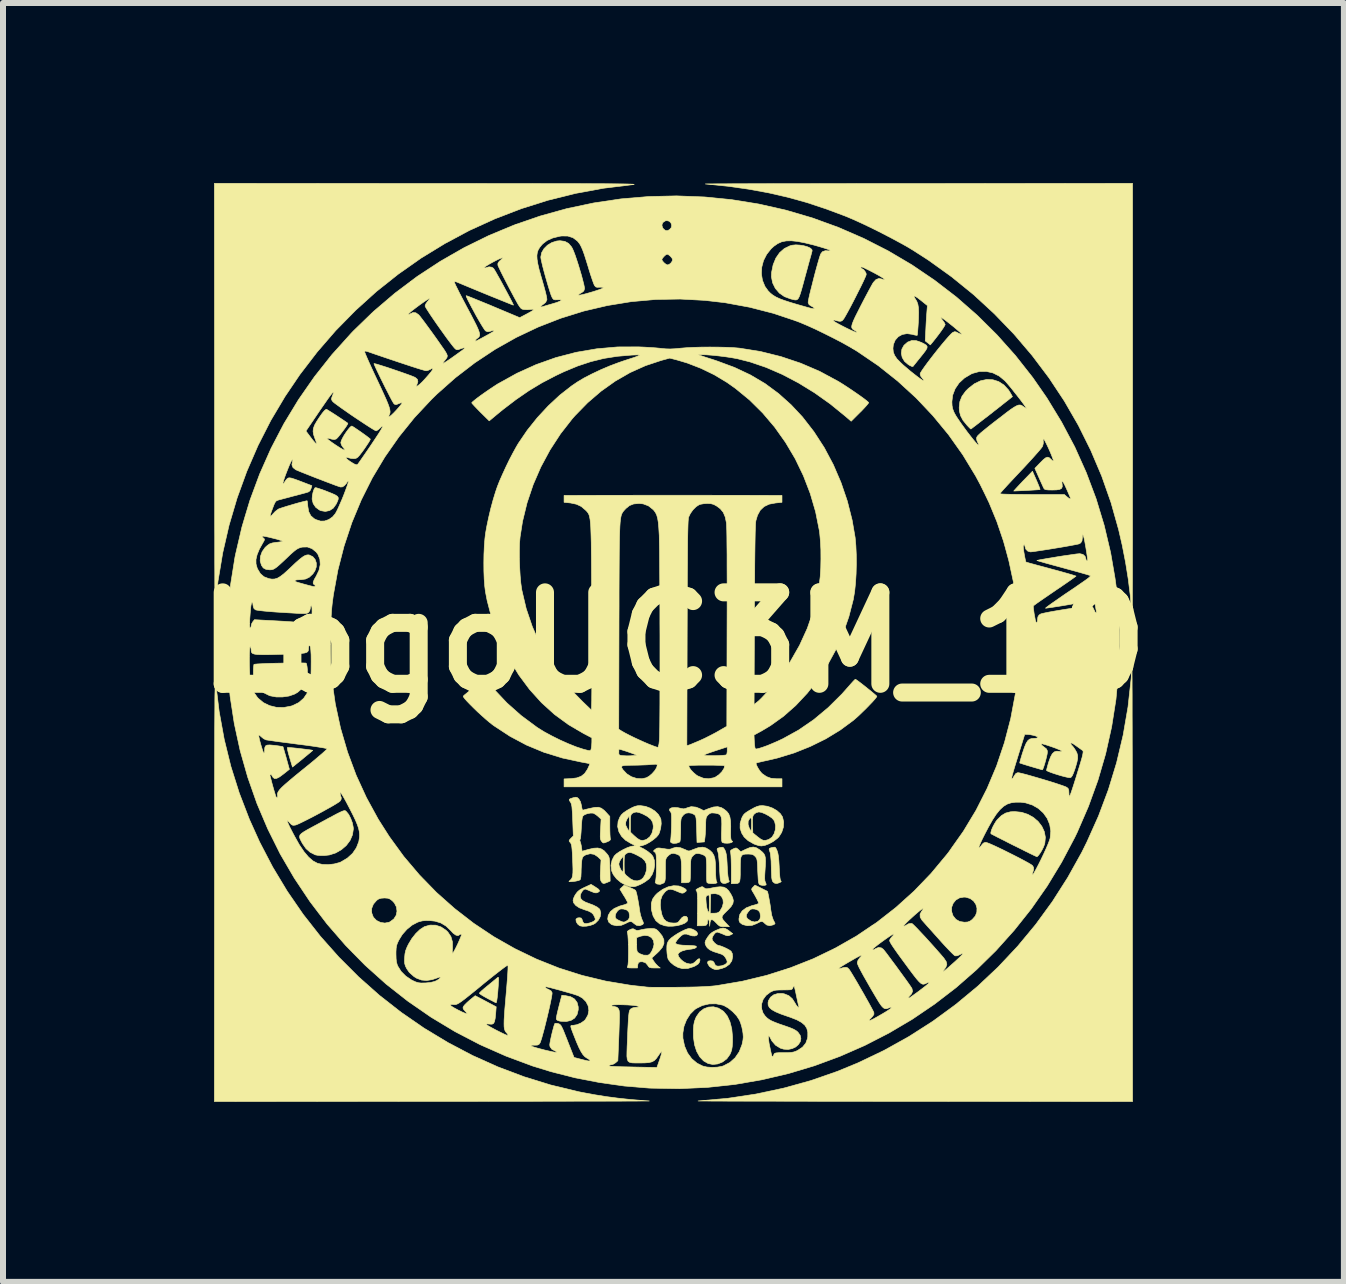
<source format=kicad_pcb>
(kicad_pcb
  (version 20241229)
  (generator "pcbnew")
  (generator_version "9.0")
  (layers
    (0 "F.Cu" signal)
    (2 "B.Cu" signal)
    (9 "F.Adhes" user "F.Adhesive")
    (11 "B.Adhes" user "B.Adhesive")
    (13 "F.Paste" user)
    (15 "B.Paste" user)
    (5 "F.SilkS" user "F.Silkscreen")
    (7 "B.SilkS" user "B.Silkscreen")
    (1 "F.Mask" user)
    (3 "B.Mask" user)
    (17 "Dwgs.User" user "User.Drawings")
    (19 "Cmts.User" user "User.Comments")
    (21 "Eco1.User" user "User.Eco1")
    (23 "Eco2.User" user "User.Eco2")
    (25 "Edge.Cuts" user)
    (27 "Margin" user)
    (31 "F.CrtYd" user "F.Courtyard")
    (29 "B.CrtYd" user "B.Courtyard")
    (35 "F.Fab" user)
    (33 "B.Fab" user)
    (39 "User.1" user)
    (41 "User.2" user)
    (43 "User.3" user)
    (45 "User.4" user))
  (footprint "LogoUC3M_10"
    (layer "F.Cu")
    (at 8.172 7.655)
    (property "Reference" "LogoUC3M_10" (at 0 0 0) (layer "F.SilkS") (effects (font (size 1.524 1.524) (thickness 0.3))))
    (attr through_hole)
    (fp_poly (pts (xy 6.048 -2.703) (xy 6.074 -2.642) (xy 6.094 -2.592) (xy 6.106 -2.559) (xy 6.108 -2.548) (xy 6.093 -2.546) (xy 6.052 -2.543) (xy 5.993 -2.539) (xy 5.92 -2.535) (xy 5.887 -2.533) (xy 5.67 -2.523) (xy 5.707 -2.565) (xy 5.733 -2.593) (xy 5.773 -2.636) (xy 5.822 -2.688) (xy 5.863 -2.73) (xy 5.982 -2.853) (xy 6.048 -2.703)) (stroke (width 0.01) (type solid)) (fill yes) (layer "F.SilkS"))
    (fp_poly (pts (xy -1.801 5.885) (xy -1.714 5.903) (xy -1.648 5.942) (xy -1.606 5.999) (xy -1.587 6.073) (xy -1.587 6.121) (xy -1.606 6.199) (xy -1.647 6.259) (xy -1.708 6.298) (xy -1.786 6.316) (xy -1.88 6.312) (xy -1.905 6.307) (xy -1.938 6.294) (xy -1.953 6.275) (xy -1.951 6.253) (xy -1.943 6.208) (xy -1.929 6.147) (xy -1.911 6.075) (xy -1.909 6.066) (xy -1.86 5.879) (xy -1.801 5.885)) (stroke (width 0.01) (type solid)) (fill yes) (layer "F.SilkS"))
    (fp_poly (pts (xy -6.378 1.753) (xy -6.322 1.758) (xy -6.257 1.765) (xy -6.188 1.773) (xy -6.122 1.781) (xy -6.067 1.788) (xy -6.027 1.794) (xy -6.011 1.798) (xy -6.021 1.808) (xy -6.05 1.833) (xy -6.095 1.87) (xy -6.151 1.916) (xy -6.178 1.939) (xy -6.348 2.076) (xy -6.363 2.028) (xy -6.392 1.931) (xy -6.415 1.852) (xy -6.429 1.794) (xy -6.434 1.76) (xy -6.433 1.751) (xy -6.417 1.751) (xy -6.378 1.753)) (stroke (width 0.01) (type solid)) (fill yes) (layer "F.SilkS"))
    (fp_poly (pts (xy -5.949 -2.577) (xy -5.908 -2.564) (xy -5.85 -2.545) (xy -5.782 -2.519) (xy -5.766 -2.513) (xy -5.686 -2.481) (xy -5.632 -2.456) (xy -5.599 -2.434) (xy -5.585 -2.41) (xy -5.588 -2.38) (xy -5.604 -2.34) (xy -5.622 -2.303) (xy -5.669 -2.238) (xy -5.73 -2.198) (xy -5.801 -2.183) (xy -5.876 -2.196) (xy -5.901 -2.208) (xy -5.961 -2.252) (xy -6.003 -2.314) (xy -6.021 -2.384) (xy -6.021 -2.395) (xy -6.017 -2.448) (xy -6.006 -2.502) (xy -5.991 -2.547) (xy -5.975 -2.575) (xy -5.969 -2.579) (xy -5.949 -2.577)) (stroke (width 0.01) (type solid)) (fill yes) (layer "F.SilkS"))
    (fp_poly (pts (xy 4.045 -5.029) (xy 4.129 -5) (xy 4.135 -4.997) (xy 4.183 -4.972) (xy 4.214 -4.952) (xy 4.227 -4.93) (xy 4.224 -4.903) (xy 4.202 -4.865) (xy 4.162 -4.812) (xy 4.123 -4.763) (xy 4.076 -4.705) (xy 4.036 -4.655) (xy 4.006 -4.618) (xy 3.991 -4.599) (xy 3.99 -4.598) (xy 3.973 -4.599) (xy 3.94 -4.614) (xy 3.913 -4.63) (xy 3.85 -4.684) (xy 3.811 -4.749) (xy 3.797 -4.818) (xy 3.806 -4.888) (xy 3.841 -4.951) (xy 3.9 -5.003) (xy 3.903 -5.005) (xy 3.971 -5.031) (xy 4.045 -5.029)) (stroke (width 0.01) (type solid)) (fill yes) (layer "F.SilkS"))
    (fp_poly (pts (xy -2.917 5.581) (xy -2.914 5.596) (xy -2.914 5.63) (xy -2.918 5.688) (xy -2.919 5.715) (xy -2.928 5.831) (xy -2.937 5.918) (xy -2.945 5.975) (xy -2.953 6.002) (xy -2.957 6.004) (xy -2.973 5.997) (xy -3.009 5.978) (xy -3.06 5.952) (xy -3.1 5.931) (xy -3.156 5.9) (xy -3.201 5.873) (xy -3.229 5.853) (xy -3.235 5.845) (xy -3.224 5.831) (xy -3.194 5.802) (xy -3.15 5.764) (xy -3.1 5.723) (xy -3.044 5.677) (xy -2.994 5.636) (xy -2.956 5.605) (xy -2.938 5.59) (xy -2.925 5.58) (xy -2.917 5.581)) (stroke (width 0.01) (type solid)) (fill yes) (layer "F.SilkS"))
    (fp_poly (pts (xy 0.749 6.093) (xy 0.827 6.142) (xy 0.836 6.149) (xy 0.896 6.223) (xy 0.941 6.32) (xy 0.971 6.437) (xy 0.984 6.571) (xy 0.984 6.659) (xy 0.979 6.734) (xy 0.97 6.789) (xy 0.954 6.836) (xy 0.94 6.866) (xy 0.889 6.937) (xy 0.819 6.99) (xy 0.739 7.023) (xy 0.655 7.032) (xy 0.577 7.016) (xy 0.501 6.972) (xy 0.437 6.904) (xy 0.386 6.813) (xy 0.351 6.704) (xy 0.333 6.579) (xy 0.332 6.448) (xy 0.338 6.374) (xy 0.349 6.317) (xy 0.368 6.265) (xy 0.382 6.235) (xy 0.436 6.158) (xy 0.505 6.105) (xy 0.583 6.076) (xy 0.666 6.071) (xy 0.749 6.093)) (stroke (width 0.01) (type solid)) (fill yes) (layer "F.SilkS"))
    (fp_poly (pts (xy 5.323 -4.377) (xy 5.418 -4.347) (xy 5.506 -4.29) (xy 5.582 -4.208) (xy 5.616 -4.154) (xy 5.648 -4.096) (xy 5.585 -4.045) (xy 5.536 -4.007) (xy 5.475 -3.959) (xy 5.406 -3.904) (xy 5.33 -3.845) (xy 5.253 -3.784) (xy 5.177 -3.726) (xy 5.107 -3.672) (xy 5.047 -3.625) (xy 4.998 -3.588) (xy 4.967 -3.564) (xy 4.955 -3.556) (xy 4.943 -3.566) (xy 4.917 -3.592) (xy 4.889 -3.622) (xy 4.824 -3.702) (xy 4.784 -3.778) (xy 4.764 -3.858) (xy 4.761 -3.915) (xy 4.772 -4.013) (xy 4.808 -4.103) (xy 4.87 -4.188) (xy 4.915 -4.233) (xy 5.014 -4.31) (xy 5.117 -4.36) (xy 5.221 -4.382) (xy 5.323 -4.377)) (stroke (width 0.01) (type solid)) (fill yes) (layer "F.SilkS"))
    (fp_poly (pts (xy 0.835 3.422) (xy 0.854 3.453) (xy 0.859 3.462) (xy 0.871 3.494) (xy 0.881 3.536) (xy 0.888 3.593) (xy 0.893 3.671) (xy 0.896 3.73) (xy 0.901 3.823) (xy 0.908 3.895) (xy 0.916 3.943) (xy 0.923 3.963) (xy 0.931 3.981) (xy 0.916 3.995) (xy 0.903 4.002) (xy 0.858 4.017) (xy 0.824 4.014) (xy 0.802 4) (xy 0.792 3.988) (xy 0.784 3.966) (xy 0.778 3.929) (xy 0.774 3.873) (xy 0.769 3.794) (xy 0.768 3.758) (xy 0.763 3.671) (xy 0.756 3.593) (xy 0.749 3.531) (xy 0.741 3.491) (xy 0.739 3.485) (xy 0.727 3.452) (xy 0.731 3.433) (xy 0.757 3.422) (xy 0.785 3.415) (xy 0.815 3.412) (xy 0.835 3.422)) (stroke (width 0.01) (type solid)) (fill yes) (layer "F.SilkS"))
    (fp_poly (pts (xy 1.701 3.419) (xy 1.716 3.446) (xy 1.726 3.469) (xy 1.739 3.51) (xy 1.749 3.565) (xy 1.756 3.639) (xy 1.762 3.738) (xy 1.762 3.747) (xy 1.767 3.843) (xy 1.773 3.911) (xy 1.78 3.954) (xy 1.789 3.972) (xy 1.79 3.972) (xy 1.796 3.985) (xy 1.775 3.999) (xy 1.77 4.002) (xy 1.723 4.017) (xy 1.687 4.012) (xy 1.661 3.992) (xy 1.65 3.978) (xy 1.643 3.955) (xy 1.637 3.921) (xy 1.634 3.869) (xy 1.631 3.795) (xy 1.63 3.75) (xy 1.627 3.643) (xy 1.62 3.56) (xy 1.612 3.504) (xy 1.606 3.486) (xy 1.594 3.452) (xy 1.598 3.433) (xy 1.622 3.422) (xy 1.653 3.415) (xy 1.682 3.411) (xy 1.701 3.419)) (stroke (width 0.01) (type solid)) (fill yes) (layer "F.SilkS"))
    (fp_poly (pts (xy 2.103 -6.621) (xy 2.169 -6.611) (xy 2.229 -6.594) (xy 2.276 -6.573) (xy 2.305 -6.549) (xy 2.311 -6.527) (xy 2.305 -6.505) (xy 2.293 -6.459) (xy 2.274 -6.392) (xy 2.251 -6.309) (xy 2.225 -6.212) (xy 2.196 -6.107) (xy 2.195 -6.103) (xy 2.163 -5.984) (xy 2.137 -5.89) (xy 2.116 -5.819) (xy 2.098 -5.768) (xy 2.081 -5.734) (xy 2.064 -5.715) (xy 2.044 -5.707) (xy 2.02 -5.708) (xy 1.99 -5.715) (xy 1.953 -5.724) (xy 1.85 -5.762) (xy 1.764 -5.822) (xy 1.697 -5.9) (xy 1.652 -5.992) (xy 1.632 -6.094) (xy 1.635 -6.167) (xy 1.661 -6.294) (xy 1.706 -6.404) (xy 1.769 -6.495) (xy 1.848 -6.564) (xy 1.941 -6.609) (xy 1.978 -6.619) (xy 2.038 -6.625) (xy 2.103 -6.621)) (stroke (width 0.01) (type solid)) (fill yes) (layer "F.SilkS"))
    (fp_poly (pts (xy -6.174 0.342) (xy -6.134 0.343) (xy -6.12 0.346) (xy -6.113 0.365) (xy -6.105 0.406) (xy -6.1 0.459) (xy -6.1 0.46) (xy -6.103 0.577) (xy -6.132 0.679) (xy -6.186 0.764) (xy -6.264 0.832) (xy -6.315 0.861) (xy -6.407 0.893) (xy -6.512 0.908) (xy -6.619 0.908) (xy -6.717 0.89) (xy -6.735 0.884) (xy -6.836 0.834) (xy -6.915 0.765) (xy -6.963 0.693) (xy -6.983 0.648) (xy -6.994 0.604) (xy -6.999 0.549) (xy -7 0.498) (xy -6.999 0.44) (xy -6.995 0.394) (xy -6.991 0.368) (xy -6.989 0.365) (xy -6.971 0.362) (xy -6.929 0.358) (xy -6.865 0.355) (xy -6.786 0.351) (xy -6.695 0.348) (xy -6.598 0.346) (xy -6.499 0.344) (xy -6.402 0.342) (xy -6.312 0.341) (xy -6.235 0.341) (xy -6.174 0.342)) (stroke (width 0.01) (type solid)) (fill yes) (layer "F.SilkS"))
    (fp_poly (pts (xy 5.8 2.83) (xy 5.905 2.864) (xy 5.999 2.917) (xy 6.077 2.984) (xy 6.138 3.064) (xy 6.179 3.152) (xy 6.197 3.247) (xy 6.188 3.343) (xy 6.179 3.374) (xy 6.16 3.421) (xy 6.134 3.471) (xy 6.105 3.517) (xy 6.078 3.552) (xy 6.058 3.57) (xy 6.055 3.57) (xy 6.039 3.563) (xy 6 3.545) (xy 5.942 3.517) (xy 5.867 3.48) (xy 5.78 3.436) (xy 5.683 3.388) (xy 5.67 3.382) (xy 5.573 3.333) (xy 5.485 3.288) (xy 5.409 3.25) (xy 5.349 3.219) (xy 5.308 3.198) (xy 5.291 3.188) (xy 5.29 3.188) (xy 5.288 3.168) (xy 5.298 3.129) (xy 5.318 3.08) (xy 5.345 3.029) (xy 5.374 2.981) (xy 5.396 2.952) (xy 5.465 2.885) (xy 5.535 2.843) (xy 5.615 2.822) (xy 5.685 2.818) (xy 5.8 2.83)) (stroke (width 0.01) (type solid)) (fill yes) (layer "F.SilkS"))
    (fp_poly (pts (xy -5.469 2.804) (xy -5.46 2.81) (xy -5.451 2.818) (xy -5.451 2.818) (xy -5.412 2.866) (xy -5.378 2.933) (xy -5.35 3.008) (xy -5.336 3.081) (xy -5.334 3.108) (xy -5.349 3.206) (xy -5.389 3.299) (xy -5.451 3.382) (xy -5.532 3.452) (xy -5.628 3.507) (xy -5.733 3.541) (xy -5.82 3.551) (xy -5.88 3.551) (xy -5.934 3.546) (xy -5.969 3.539) (xy -6.054 3.496) (xy -6.123 3.435) (xy -6.182 3.351) (xy -6.192 3.332) (xy -6.214 3.29) (xy -6.228 3.258) (xy -6.231 3.231) (xy -6.222 3.207) (xy -6.198 3.182) (xy -6.156 3.153) (xy -6.094 3.117) (xy -6.009 3.071) (xy -5.976 3.053) (xy -5.85 2.985) (xy -5.747 2.929) (xy -5.666 2.886) (xy -5.602 2.852) (xy -5.555 2.829) (xy -5.52 2.813) (xy -5.496 2.805) (xy -5.48 2.802) (xy -5.469 2.804)) (stroke (width 0.01) (type solid)) (fill yes) (layer "F.SilkS"))
    (fp_poly (pts (xy 0.09 4.058) (xy 0.149 4.079) (xy 0.195 4.105) (xy 0.214 4.125) (xy 0.21 4.144) (xy 0.187 4.162) (xy 0.165 4.175) (xy 0.144 4.178) (xy 0.115 4.171) (xy 0.071 4.152) (xy 0.061 4.148) (xy -0.004 4.122) (xy -0.051 4.112) (xy -0.089 4.118) (xy -0.125 4.142) (xy -0.142 4.158) (xy -0.188 4.218) (xy -0.213 4.289) (xy -0.219 4.375) (xy -0.211 4.452) (xy -0.191 4.543) (xy -0.161 4.608) (xy -0.117 4.649) (xy -0.058 4.671) (xy 0.004 4.676) (xy 0.049 4.674) (xy 0.076 4.663) (xy 0.099 4.638) (xy 0.108 4.624) (xy 0.144 4.582) (xy 0.18 4.562) (xy 0.212 4.564) (xy 0.233 4.587) (xy 0.239 4.62) (xy 0.225 4.65) (xy 0.188 4.678) (xy 0.132 4.701) (xy 0.064 4.719) (xy -0.011 4.728) (xy -0.086 4.729) (xy -0.146 4.721) (xy -0.229 4.69) (xy -0.294 4.636) (xy -0.339 4.559) (xy -0.366 4.459) (xy -0.369 4.431) (xy -0.369 4.348) (xy -0.349 4.278) (xy -0.304 4.214) (xy -0.267 4.177) (xy -0.18 4.114) (xy -0.088 4.072) (xy 0.003 4.053) (xy 0.09 4.058)) (stroke (width 0.01) (type solid)) (fill yes) (layer "F.SilkS"))
    (fp_poly (pts (xy 7.64 0.419) (xy 7.641 0.455) (xy 7.641 0.519) (xy 7.642 0.61) (xy 7.642 0.725) (xy 7.643 0.863) (xy 7.643 1.025) (xy 7.643 1.207) (xy 7.644 1.409) (xy 7.644 1.63) (xy 7.645 1.868) (xy 7.645 2.123) (xy 7.646 2.392) (xy 7.646 2.676) (xy 7.646 2.971) (xy 7.647 3.278) (xy 7.647 3.595) (xy 7.647 3.921) (xy 7.647 3.993) (xy 7.65 7.65) (xy 3.993 7.647) (xy 3.666 7.647) (xy 3.347 7.647) (xy 3.038 7.646) (xy 2.739 7.646) (xy 2.453 7.646) (xy 2.181 7.645) (xy 1.923 7.645) (xy 1.681 7.644) (xy 1.456 7.644) (xy 1.249 7.644) (xy 1.063 7.643) (xy 0.897 7.643) (xy 0.753 7.642) (xy 0.633 7.642) (xy 0.537 7.641) (xy 0.467 7.641) (xy 0.424 7.641) (xy 0.41 7.64) (xy 0.411 7.64) (xy 0.894 7.597) (xy 1.368 7.526) (xy 1.833 7.427) (xy 2.288 7.301) (xy 2.731 7.147) (xy 3.073 7.006) (xy 3.506 6.799) (xy 3.923 6.567) (xy 4.323 6.311) (xy 4.705 6.031) (xy 5.068 5.73) (xy 5.411 5.407) (xy 5.734 5.063) (xy 6.035 4.7) (xy 6.314 4.317) (xy 6.57 3.916) (xy 6.803 3.498) (xy 6.889 3.324) (xy 7.082 2.893) (xy 7.247 2.453) (xy 7.384 2.003) (xy 7.493 1.544) (xy 7.574 1.074) (xy 7.627 0.593) (xy 7.64 0.411) (xy 7.64 0.419)) (stroke (width 0.01) (type solid)) (fill yes) (layer "F.SilkS"))
    (fp_poly (pts (xy 1.383 3.422) (xy 1.439 3.457) (xy 1.483 3.494) (xy 1.506 3.52) (xy 1.522 3.55) (xy 1.531 3.589) (xy 1.534 3.644) (xy 1.531 3.719) (xy 1.526 3.795) (xy 1.521 3.876) (xy 1.52 3.933) (xy 1.523 3.971) (xy 1.531 3.995) (xy 1.533 3.999) (xy 1.544 4.026) (xy 1.543 4.04) (xy 1.519 4.048) (xy 1.482 4.048) (xy 1.445 4.04) (xy 1.434 4.034) (xy 1.425 4.022) (xy 1.417 3.996) (xy 1.412 3.951) (xy 1.408 3.884) (xy 1.404 3.812) (xy 1.401 3.728) (xy 1.398 3.669) (xy 1.393 3.628) (xy 1.386 3.601) (xy 1.375 3.582) (xy 1.361 3.565) (xy 1.334 3.542) (xy 1.304 3.53) (xy 1.258 3.526) (xy 1.239 3.526) (xy 1.194 3.527) (xy 1.16 3.534) (xy 1.138 3.549) (xy 1.124 3.578) (xy 1.117 3.624) (xy 1.114 3.692) (xy 1.113 3.783) (xy 1.113 3.872) (xy 1.11 3.935) (xy 1.104 3.976) (xy 1.092 4.001) (xy 1.072 4.014) (xy 1.043 4.018) (xy 1.016 4.019) (xy 0.964 4.019) (xy 0.964 3.776) (xy 0.963 3.692) (xy 0.961 3.616) (xy 0.958 3.554) (xy 0.954 3.513) (xy 0.952 3.5) (xy 0.948 3.476) (xy 0.961 3.459) (xy 0.993 3.441) (xy 1.028 3.426) (xy 1.05 3.426) (xy 1.073 3.442) (xy 1.083 3.452) (xy 1.121 3.487) (xy 1.203 3.447) (xy 1.273 3.418) (xy 1.33 3.409) (xy 1.383 3.422)) (stroke (width 0.01) (type solid)) (fill yes) (layer "F.SilkS"))
    (fp_poly (pts (xy -4.06 -7.648) (xy -3.672 -7.648) (xy -3.312 -7.648) (xy -2.98 -7.647) (xy -2.676 -7.647) (xy -2.397 -7.647) (xy -2.143 -7.646) (xy -1.913 -7.646) (xy -1.706 -7.646) (xy -1.521 -7.645) (xy -1.357 -7.644) (xy -1.213 -7.644) (xy -1.088 -7.643) (xy -0.981 -7.642) (xy -0.891 -7.641) (xy -0.818 -7.64) (xy -0.759 -7.639) (xy -0.714 -7.637) (xy -0.683 -7.636) (xy -0.663 -7.634) (xy -0.655 -7.633) (xy -0.657 -7.631) (xy -0.668 -7.629) (xy -0.687 -7.627) (xy -0.695 -7.626) (xy -1.169 -7.568) (xy -1.635 -7.482) (xy -2.092 -7.368) (xy -2.539 -7.227) (xy -2.975 -7.059) (xy -3.399 -6.866) (xy -3.809 -6.647) (xy -4.206 -6.404) (xy -4.587 -6.136) (xy -4.952 -5.846) (xy -5.299 -5.532) (xy -5.628 -5.197) (xy -5.937 -4.84) (xy -6.226 -4.463) (xy -6.471 -4.101) (xy -6.71 -3.699) (xy -6.923 -3.281) (xy -7.11 -2.85) (xy -7.271 -2.407) (xy -7.405 -1.954) (xy -7.511 -1.493) (xy -7.589 -1.024) (xy -7.639 -0.55) (xy -7.64 -0.538) (xy -7.64 -0.546) (xy -7.641 -0.584) (xy -7.641 -0.648) (xy -7.642 -0.739) (xy -7.642 -0.854) (xy -7.643 -0.994) (xy -7.643 -1.155) (xy -7.644 -1.338) (xy -7.644 -1.54) (xy -7.644 -1.761) (xy -7.645 -1.999) (xy -7.645 -2.253) (xy -7.646 -2.522) (xy -7.646 -2.805) (xy -7.646 -3.1) (xy -7.647 -3.405) (xy -7.647 -3.721) (xy -7.647 -4.045) (xy -7.647 -4.06) (xy -7.65 -7.65) (xy -4.06 -7.648)) (stroke (width 0.01) (type solid)) (fill yes) (layer "F.SilkS"))
    (fp_poly (pts (xy -0.736 4.079) (xy -0.688 4.1) (xy -0.65 4.119) (xy -0.633 4.13) (xy -0.623 4.152) (xy -0.61 4.2) (xy -0.596 4.268) (xy -0.581 4.351) (xy -0.566 4.446) (xy -0.56 4.49) (xy -0.547 4.549) (xy -0.528 4.607) (xy -0.521 4.624) (xy -0.504 4.662) (xy -0.501 4.683) (xy -0.51 4.697) (xy -0.518 4.703) (xy -0.565 4.72) (xy -0.616 4.713) (xy -0.657 4.684) (xy -0.689 4.657) (xy -0.72 4.65) (xy -0.759 4.662) (xy -0.799 4.684) (xy -0.869 4.713) (xy -0.945 4.721) (xy -1.016 4.706) (xy -1.035 4.698) (xy -1.079 4.66) (xy -1.096 4.609) (xy -1.089 4.56) (xy -0.971 4.56) (xy -0.967 4.589) (xy -0.948 4.611) (xy -0.909 4.632) (xy -0.908 4.632) (xy -0.863 4.652) (xy -0.835 4.659) (xy -0.813 4.657) (xy -0.787 4.644) (xy -0.751 4.619) (xy -0.735 4.585) (xy -0.732 4.549) (xy -0.742 4.495) (xy -0.773 4.461) (xy -0.828 4.443) (xy -0.833 4.442) (xy -0.876 4.44) (xy -0.905 4.45) (xy -0.933 4.475) (xy -0.962 4.52) (xy -0.971 4.56) (xy -1.089 4.56) (xy -1.087 4.547) (xy -1.05 4.484) (xy -0.987 4.432) (xy -0.9 4.394) (xy -0.863 4.383) (xy -0.813 4.369) (xy -0.777 4.354) (xy -0.762 4.342) (xy -0.762 4.341) (xy -0.769 4.321) (xy -0.789 4.283) (xy -0.817 4.234) (xy -0.828 4.218) (xy -0.893 4.111) (xy -0.858 4.078) (xy -0.823 4.045) (xy -0.736 4.079)) (stroke (width 0.01) (type solid)) (fill yes) (layer "F.SilkS"))
    (fp_poly (pts (xy -1.304 4.074) (xy -1.256 4.106) (xy -1.234 4.13) (xy -1.235 4.148) (xy -1.26 4.165) (xy -1.262 4.166) (xy -1.288 4.173) (xy -1.318 4.17) (xy -1.361 4.153) (xy -1.378 4.146) (xy -1.424 4.126) (xy -1.46 4.112) (xy -1.474 4.109) (xy -1.499 4.121) (xy -1.525 4.152) (xy -1.546 4.191) (xy -1.554 4.228) (xy -1.545 4.267) (xy -1.517 4.299) (xy -1.465 4.328) (xy -1.417 4.346) (xy -1.329 4.38) (xy -1.269 4.411) (xy -1.233 4.441) (xy -1.226 4.452) (xy -1.211 4.508) (xy -1.221 4.57) (xy -1.252 4.628) (xy -1.301 4.677) (xy -1.332 4.696) (xy -1.389 4.716) (xy -1.452 4.728) (xy -1.513 4.73) (xy -1.558 4.722) (xy -1.563 4.72) (xy -1.597 4.692) (xy -1.62 4.654) (xy -1.625 4.617) (xy -1.624 4.61) (xy -1.602 4.592) (xy -1.571 4.587) (xy -1.538 4.592) (xy -1.523 4.615) (xy -1.519 4.63) (xy -1.505 4.664) (xy -1.486 4.682) (xy -1.451 4.685) (xy -1.404 4.676) (xy -1.355 4.659) (xy -1.323 4.642) (xy -1.305 4.624) (xy -1.304 4.602) (xy -1.314 4.575) (xy -1.336 4.532) (xy -1.368 4.501) (xy -1.414 4.477) (xy -1.483 4.454) (xy -1.488 4.452) (xy -1.568 4.422) (xy -1.627 4.383) (xy -1.664 4.338) (xy -1.673 4.298) (xy -1.666 4.266) (xy -1.646 4.222) (xy -1.631 4.197) (xy -1.602 4.158) (xy -1.567 4.127) (xy -1.517 4.098) (xy -1.481 4.081) (xy -1.373 4.031) (xy -1.304 4.074)) (stroke (width 0.01) (type solid)) (fill yes) (layer "F.SilkS"))
    (fp_poly (pts (xy 0.307 4.774) (xy 0.352 4.795) (xy 0.387 4.822) (xy 0.403 4.851) (xy 0.403 4.854) (xy 0.391 4.878) (xy 0.358 4.891) (xy 0.312 4.889) (xy 0.271 4.877) (xy 0.216 4.859) (xy 0.173 4.86) (xy 0.133 4.883) (xy 0.091 4.924) (xy 0.059 4.962) (xy 0.038 4.994) (xy 0.034 5.01) (xy 0.051 5.026) (xy 0.092 5.038) (xy 0.157 5.045) (xy 0.249 5.048) (xy 0.307 5.051) (xy 0.352 5.055) (xy 0.377 5.061) (xy 0.38 5.063) (xy 0.379 5.083) (xy 0.35 5.099) (xy 0.296 5.11) (xy 0.269 5.113) (xy 0.201 5.124) (xy 0.141 5.142) (xy 0.098 5.166) (xy 0.076 5.193) (xy 0.075 5.201) (xy 0.087 5.237) (xy 0.119 5.278) (xy 0.163 5.316) (xy 0.211 5.343) (xy 0.224 5.347) (xy 0.28 5.359) (xy 0.323 5.351) (xy 0.364 5.32) (xy 0.38 5.302) (xy 0.413 5.274) (xy 0.435 5.27) (xy 0.442 5.29) (xy 0.434 5.325) (xy 0.411 5.358) (xy 0.365 5.388) (xy 0.336 5.402) (xy 0.24 5.432) (xy 0.15 5.435) (xy 0.078 5.416) (xy 0.01 5.379) (xy -0.047 5.332) (xy -0.085 5.284) (xy -0.09 5.273) (xy -0.1 5.235) (xy -0.107 5.179) (xy -0.111 5.119) (xy -0.11 5.059) (xy -0.105 5.019) (xy -0.092 4.988) (xy -0.073 4.959) (xy -0.039 4.925) (xy 0.013 4.887) (xy 0.075 4.847) (xy 0.139 4.812) (xy 0.199 4.784) (xy 0.246 4.768) (xy 0.261 4.766) (xy 0.307 4.774)) (stroke (width 0.01) (type solid)) (fill yes) (layer "F.SilkS"))
    (fp_poly (pts (xy -7.63 0.656) (xy -7.628 0.671) (xy -7.627 0.68) (xy -7.57 1.153) (xy -7.486 1.615) (xy -7.375 2.066) (xy -7.235 2.509) (xy -7.067 2.946) (xy -6.896 3.325) (xy -6.678 3.743) (xy -6.436 4.145) (xy -6.171 4.53) (xy -5.884 4.896) (xy -5.575 5.244) (xy -5.247 5.572) (xy -4.901 5.879) (xy -4.537 6.164) (xy -4.156 6.427) (xy -3.76 6.666) (xy -3.35 6.882) (xy -2.927 7.072) (xy -2.492 7.236) (xy -2.046 7.374) (xy -1.59 7.484) (xy -1.546 7.493) (xy -1.335 7.533) (xy -1.131 7.566) (xy -0.927 7.593) (xy -0.713 7.616) (xy -0.481 7.635) (xy -0.403 7.64) (xy -0.412 7.641) (xy -0.449 7.641) (xy -0.514 7.641) (xy -0.605 7.642) (xy -0.72 7.642) (xy -0.86 7.643) (xy -1.022 7.643) (xy -1.204 7.644) (xy -1.407 7.644) (xy -1.629 7.644) (xy -1.868 7.645) (xy -2.123 7.645) (xy -2.393 7.646) (xy -2.676 7.646) (xy -2.972 7.646) (xy -3.279 7.647) (xy -3.596 7.647) (xy -3.922 7.647) (xy -3.993 7.647) (xy -7.65 7.65) (xy -7.648 4.06) (xy -7.648 3.669) (xy -7.648 3.308) (xy -7.647 2.974) (xy -7.647 2.667) (xy -7.647 2.386) (xy -7.646 2.13) (xy -7.646 1.899) (xy -7.645 1.69) (xy -7.645 1.504) (xy -7.644 1.339) (xy -7.643 1.195) (xy -7.642 1.069) (xy -7.642 0.963) (xy -7.641 0.873) (xy -7.639 0.8) (xy -7.638 0.743) (xy -7.637 0.7) (xy -7.635 0.671) (xy -7.634 0.655) (xy -7.632 0.65) (xy -7.63 0.656)) (stroke (width 0.01) (type solid)) (fill yes) (layer "F.SilkS"))
    (fp_poly (pts (xy 1.46 4.094) (xy 1.509 4.119) (xy 1.546 4.137) (xy 1.565 4.147) (xy 1.565 4.147) (xy 1.57 4.162) (xy 1.579 4.2) (xy 1.589 4.252) (xy 1.6 4.311) (xy 1.61 4.37) (xy 1.618 4.422) (xy 1.621 4.452) (xy 1.637 4.547) (xy 1.663 4.624) (xy 1.679 4.654) (xy 1.693 4.68) (xy 1.684 4.694) (xy 1.664 4.705) (xy 1.605 4.72) (xy 1.554 4.708) (xy 1.524 4.684) (xy 1.496 4.658) (xy 1.471 4.649) (xy 1.439 4.657) (xy 1.392 4.681) (xy 1.387 4.684) (xy 1.31 4.714) (xy 1.231 4.72) (xy 1.158 4.702) (xy 1.139 4.692) (xy 1.106 4.666) (xy 1.093 4.636) (xy 1.091 4.606) (xy 1.098 4.57) (xy 1.213 4.57) (xy 1.234 4.604) (xy 1.237 4.606) (xy 1.294 4.644) (xy 1.353 4.658) (xy 1.406 4.645) (xy 1.416 4.638) (xy 1.441 4.609) (xy 1.449 4.564) (xy 1.449 4.559) (xy 1.441 4.501) (xy 1.414 4.464) (xy 1.364 4.445) (xy 1.351 4.442) (xy 1.309 4.44) (xy 1.281 4.45) (xy 1.252 4.48) (xy 1.25 4.482) (xy 1.218 4.53) (xy 1.213 4.57) (xy 1.098 4.57) (xy 1.105 4.533) (xy 1.146 4.472) (xy 1.213 4.422) (xy 1.305 4.386) (xy 1.344 4.376) (xy 1.387 4.364) (xy 1.414 4.351) (xy 1.419 4.343) (xy 1.412 4.321) (xy 1.393 4.281) (xy 1.366 4.231) (xy 1.336 4.178) (xy 1.314 4.143) (xy 1.302 4.117) (xy 1.308 4.096) (xy 1.326 4.077) (xy 1.358 4.044) (xy 1.46 4.094)) (stroke (width 0.01) (type solid)) (fill yes) (layer "F.SilkS"))
    (fp_poly (pts (xy 0.866 4.767) (xy 0.91 4.793) (xy 0.932 4.81) (xy 0.988 4.854) (xy 0.947 4.875) (xy 0.921 4.886) (xy 0.896 4.887) (xy 0.862 4.877) (xy 0.826 4.861) (xy 0.779 4.842) (xy 0.741 4.829) (xy 0.725 4.826) (xy 0.699 4.838) (xy 0.672 4.869) (xy 0.65 4.907) (xy 0.642 4.939) (xy 0.654 4.97) (xy 0.683 5.005) (xy 0.718 5.035) (xy 0.751 5.05) (xy 0.755 5.05) (xy 0.785 5.057) (xy 0.831 5.075) (xy 0.882 5.098) (xy 0.928 5.123) (xy 0.958 5.144) (xy 0.96 5.146) (xy 0.98 5.184) (xy 0.986 5.235) (xy 0.972 5.305) (xy 0.932 5.363) (xy 0.869 5.408) (xy 0.807 5.432) (xy 0.754 5.445) (xy 0.719 5.451) (xy 0.693 5.449) (xy 0.666 5.44) (xy 0.647 5.432) (xy 0.599 5.398) (xy 0.572 5.353) (xy 0.568 5.328) (xy 0.579 5.31) (xy 0.614 5.304) (xy 0.617 5.304) (xy 0.654 5.309) (xy 0.675 5.331) (xy 0.683 5.349) (xy 0.699 5.38) (xy 0.724 5.392) (xy 0.754 5.394) (xy 0.805 5.387) (xy 0.852 5.37) (xy 0.885 5.347) (xy 0.896 5.324) (xy 0.889 5.296) (xy 0.87 5.258) (xy 0.866 5.251) (xy 0.84 5.218) (xy 0.804 5.196) (xy 0.75 5.178) (xy 0.665 5.151) (xy 0.605 5.122) (xy 0.565 5.089) (xy 0.548 5.066) (xy 0.53 5.029) (xy 0.526 4.998) (xy 0.537 4.963) (xy 0.566 4.916) (xy 0.57 4.909) (xy 0.605 4.864) (xy 0.644 4.831) (xy 0.699 4.801) (xy 0.716 4.794) (xy 0.779 4.768) (xy 0.826 4.759) (xy 0.866 4.767)) (stroke (width 0.01) (type solid)) (fill yes) (layer "F.SilkS"))
    (fp_poly (pts (xy 7.65 -3.997) (xy 7.65 -3.669) (xy 7.65 -3.348) (xy 7.65 -3.037) (xy 7.65 -2.736) (xy 7.649 -2.448) (xy 7.649 -2.172) (xy 7.649 -1.91) (xy 7.649 -1.664) (xy 7.648 -1.435) (xy 7.648 -1.224) (xy 7.648 -1.033) (xy 7.647 -0.862) (xy 7.647 -0.713) (xy 7.647 -0.588) (xy 7.646 -0.487) (xy 7.646 -0.412) (xy 7.645 -0.364) (xy 7.645 -0.344) (xy 7.645 -0.344) (xy 7.642 -0.358) (xy 7.639 -0.396) (xy 7.635 -0.453) (xy 7.63 -0.523) (xy 7.63 -0.538) (xy 7.611 -0.786) (xy 7.578 -1.054) (xy 7.533 -1.335) (xy 7.477 -1.622) (xy 7.418 -1.878) (xy 7.291 -2.33) (xy 7.136 -2.771) (xy 6.954 -3.2) (xy 6.747 -3.617) (xy 6.514 -4.021) (xy 6.257 -4.409) (xy 5.976 -4.782) (xy 5.673 -5.138) (xy 5.347 -5.476) (xy 5.001 -5.795) (xy 4.634 -6.093) (xy 4.247 -6.371) (xy 3.984 -6.54) (xy 3.868 -6.609) (xy 3.731 -6.684) (xy 3.581 -6.764) (xy 3.424 -6.845) (xy 3.266 -6.923) (xy 3.114 -6.995) (xy 2.974 -7.058) (xy 2.854 -7.108) (xy 2.531 -7.228) (xy 2.216 -7.332) (xy 1.902 -7.419) (xy 1.584 -7.492) (xy 1.256 -7.552) (xy 0.912 -7.601) (xy 0.545 -7.638) (xy 0.53 -7.64) (xy 0.54 -7.64) (xy 0.578 -7.641) (xy 0.643 -7.641) (xy 0.734 -7.642) (xy 0.85 -7.642) (xy 0.99 -7.643) (xy 1.152 -7.643) (xy 1.335 -7.644) (xy 1.538 -7.644) (xy 1.76 -7.645) (xy 1.998 -7.645) (xy 2.253 -7.645) (xy 2.522 -7.646) (xy 2.805 -7.646) (xy 3.1 -7.647) (xy 3.406 -7.647) (xy 3.722 -7.647) (xy 4.046 -7.647) (xy 4.06 -7.647) (xy 7.65 -7.65) (xy 7.65 -3.997)) (stroke (width 0.01) (type solid)) (fill yes) (layer "F.SilkS"))
    (fp_poly (pts (xy 1.567 2.73) (xy 1.648 2.759) (xy 1.722 2.801) (xy 1.781 2.853) (xy 1.817 2.908) (xy 1.836 2.991) (xy 1.831 3.079) (xy 1.803 3.165) (xy 1.755 3.241) (xy 1.73 3.265) (xy 1.666 3.314) (xy 1.594 3.354) (xy 1.523 3.382) (xy 1.464 3.391) (xy 1.42 3.385) (xy 1.366 3.368) (xy 1.337 3.356) (xy 1.244 3.303) (xy 1.177 3.241) (xy 1.137 3.177) (xy 1.11 3.096) (xy 1.111 3.031) (xy 1.243 3.031) (xy 1.262 3.091) (xy 1.263 3.094) (xy 1.28 3.124) (xy 1.292 3.138) (xy 1.293 3.138) (xy 1.296 3.124) (xy 1.299 3.088) (xy 1.3 3.036) (xy 1.3 3.023) (xy 1.3 2.983) (xy 1.317 2.983) (xy 1.318 3.034) (xy 1.322 3.173) (xy 1.401 3.238) (xy 1.454 3.277) (xy 1.495 3.297) (xy 1.535 3.298) (xy 1.581 3.285) (xy 1.592 3.28) (xy 1.641 3.245) (xy 1.676 3.19) (xy 1.697 3.123) (xy 1.701 3.052) (xy 1.686 2.986) (xy 1.674 2.963) (xy 1.641 2.926) (xy 1.588 2.889) (xy 1.527 2.856) (xy 1.468 2.832) (xy 1.422 2.824) (xy 1.376 2.837) (xy 1.347 2.859) (xy 1.331 2.878) (xy 1.322 2.901) (xy 1.317 2.933) (xy 1.317 2.983) (xy 1.3 2.983) (xy 1.3 2.966) (xy 1.298 2.934) (xy 1.292 2.922) (xy 1.282 2.926) (xy 1.27 2.936) (xy 1.245 2.977) (xy 1.243 3.031) (xy 1.111 3.031) (xy 1.111 3.013) (xy 1.137 2.928) (xy 1.156 2.89) (xy 1.177 2.861) (xy 1.209 2.834) (xy 1.258 2.803) (xy 1.286 2.787) (xy 1.347 2.753) (xy 1.393 2.733) (xy 1.433 2.722) (xy 1.477 2.719) (xy 1.487 2.719) (xy 1.567 2.73)) (stroke (width 0.01) (type solid)) (fill yes) (layer "F.SilkS"))
    (fp_poly (pts (xy -0.326 4.768) (xy -0.292 4.778) (xy -0.263 4.801) (xy -0.247 4.817) (xy -0.19 4.888) (xy -0.16 4.953) (xy -0.159 5.016) (xy -0.185 5.079) (xy -0.24 5.145) (xy -0.271 5.175) (xy -0.362 5.258) (xy -0.329 5.311) (xy -0.298 5.353) (xy -0.263 5.389) (xy -0.258 5.394) (xy -0.22 5.424) (xy -0.312 5.424) (xy -0.364 5.423) (xy -0.395 5.417) (xy -0.414 5.404) (xy -0.43 5.379) (xy -0.43 5.378) (xy -0.467 5.336) (xy -0.519 5.32) (xy -0.555 5.322) (xy -0.581 5.332) (xy -0.593 5.361) (xy -0.595 5.375) (xy -0.6 5.424) (xy -0.689 5.424) (xy -0.738 5.423) (xy -0.763 5.419) (xy -0.769 5.411) (xy -0.762 5.394) (xy -0.762 5.393) (xy -0.757 5.368) (xy -0.753 5.32) (xy -0.751 5.254) (xy -0.75 5.177) (xy -0.75 5.095) (xy -0.752 5.015) (xy -0.755 4.943) (xy -0.757 4.918) (xy -0.613 4.918) (xy -0.613 5.037) (xy -0.612 5.096) (xy -0.609 5.133) (xy -0.601 5.156) (xy -0.585 5.171) (xy -0.564 5.185) (xy -0.499 5.21) (xy -0.435 5.212) (xy -0.411 5.205) (xy -0.386 5.183) (xy -0.36 5.142) (xy -0.339 5.092) (xy -0.326 5.042) (xy -0.324 5.025) (xy -0.335 4.964) (xy -0.368 4.917) (xy -0.419 4.889) (xy -0.482 4.881) (xy -0.549 4.895) (xy -0.613 4.918) (xy -0.757 4.918) (xy -0.759 4.884) (xy -0.764 4.847) (xy -0.767 4.838) (xy -0.77 4.818) (xy -0.752 4.8) (xy -0.728 4.787) (xy -0.691 4.772) (xy -0.667 4.772) (xy -0.644 4.784) (xy -0.621 4.797) (xy -0.594 4.799) (xy -0.553 4.791) (xy -0.534 4.786) (xy -0.47 4.774) (xy -0.4 4.767) (xy -0.376 4.766) (xy -0.326 4.768)) (stroke (width 0.01) (type solid)) (fill yes) (layer "F.SilkS"))
    (fp_poly (pts (xy 0.506 4.085) (xy 0.509 4.087) (xy 0.531 4.102) (xy 0.558 4.105) (xy 0.602 4.098) (xy 0.608 4.097) (xy 0.705 4.078) (xy 0.779 4.071) (xy 0.835 4.077) (xy 0.88 4.098) (xy 0.918 4.135) (xy 0.954 4.189) (xy 0.986 4.251) (xy 0.998 4.303) (xy 0.99 4.351) (xy 0.959 4.402) (xy 0.904 4.461) (xy 0.889 4.475) (xy 0.841 4.523) (xy 0.814 4.557) (xy 0.809 4.587) (xy 0.824 4.618) (xy 0.859 4.659) (xy 0.879 4.68) (xy 0.932 4.736) (xy 0.85 4.736) (xy 0.801 4.735) (xy 0.768 4.725) (xy 0.74 4.703) (xy 0.715 4.677) (xy 0.672 4.634) (xy 0.641 4.618) (xy 0.62 4.629) (xy 0.609 4.667) (xy 0.609 4.673) (xy 0.603 4.729) (xy 0.6 4.673) (xy 0.594 4.638) (xy 0.584 4.619) (xy 0.573 4.618) (xy 0.568 4.641) (xy 0.568 4.645) (xy 0.563 4.687) (xy 0.545 4.711) (xy 0.508 4.72) (xy 0.473 4.721) (xy 0.396 4.721) (xy 0.399 4.512) (xy 0.612 4.512) (xy 0.678 4.512) (xy 0.726 4.508) (xy 0.757 4.493) (xy 0.776 4.473) (xy 0.814 4.407) (xy 0.83 4.342) (xy 0.825 4.283) (xy 0.8 4.234) (xy 0.757 4.2) (xy 0.699 4.186) (xy 0.677 4.186) (xy 0.62 4.191) (xy 0.616 4.352) (xy 0.612 4.512) (xy 0.399 4.512) (xy 0.4 4.444) (xy 0.401 4.333) (xy 0.401 4.269) (xy 0.54 4.269) (xy 0.543 4.316) (xy 0.545 4.346) (xy 0.556 4.423) (xy 0.57 4.474) (xy 0.587 4.496) (xy 0.592 4.497) (xy 0.594 4.483) (xy 0.596 4.446) (xy 0.597 4.391) (xy 0.598 4.347) (xy 0.597 4.28) (xy 0.596 4.237) (xy 0.592 4.214) (xy 0.585 4.207) (xy 0.573 4.211) (xy 0.566 4.214) (xy 0.55 4.225) (xy 0.542 4.241) (xy 0.54 4.269) (xy 0.401 4.269) (xy 0.4 4.25) (xy 0.397 4.192) (xy 0.392 4.157) (xy 0.387 4.144) (xy 0.376 4.129) (xy 0.377 4.118) (xy 0.397 4.105) (xy 0.431 4.087) (xy 0.465 4.072) (xy 0.486 4.071) (xy 0.506 4.085)) (stroke (width 0.01) (type solid)) (fill yes) (layer "F.SilkS"))
    (fp_poly (pts (xy 0.374 2.744) (xy 0.436 2.768) (xy 0.503 2.802) (xy 0.584 2.769) (xy 0.667 2.742) (xy 0.737 2.736) (xy 0.8 2.753) (xy 0.843 2.779) (xy 0.888 2.815) (xy 0.92 2.856) (xy 0.94 2.908) (xy 0.951 2.976) (xy 0.954 3.065) (xy 0.953 3.118) (xy 0.952 3.195) (xy 0.954 3.247) (xy 0.958 3.28) (xy 0.966 3.298) (xy 0.971 3.303) (xy 0.986 3.316) (xy 0.974 3.33) (xy 0.971 3.332) (xy 0.939 3.342) (xy 0.894 3.346) (xy 0.848 3.343) (xy 0.816 3.334) (xy 0.811 3.33) (xy 0.804 3.308) (xy 0.8 3.26) (xy 0.8 3.185) (xy 0.803 3.117) (xy 0.805 3.023) (xy 0.803 2.954) (xy 0.794 2.906) (xy 0.776 2.875) (xy 0.748 2.856) (xy 0.708 2.846) (xy 0.684 2.843) (xy 0.638 2.84) (xy 0.607 2.849) (xy 0.579 2.871) (xy 0.576 2.874) (xy 0.558 2.895) (xy 0.546 2.918) (xy 0.54 2.951) (xy 0.537 3.001) (xy 0.537 3.044) (xy 0.535 3.115) (xy 0.531 3.185) (xy 0.526 3.241) (xy 0.525 3.25) (xy 0.515 3.324) (xy 0.392 3.333) (xy 0.386 3.114) (xy 0.383 3.028) (xy 0.38 2.967) (xy 0.376 2.926) (xy 0.369 2.899) (xy 0.361 2.882) (xy 0.348 2.869) (xy 0.345 2.867) (xy 0.302 2.846) (xy 0.254 2.839) (xy 0.208 2.845) (xy 0.173 2.868) (xy 0.158 2.885) (xy 0.142 2.905) (xy 0.131 2.926) (xy 0.125 2.952) (xy 0.121 2.991) (xy 0.12 3.047) (xy 0.12 3.123) (xy 0.118 3.205) (xy 0.115 3.269) (xy 0.11 3.31) (xy 0.104 3.325) (xy 0.056 3.344) (xy 0.004 3.349) (xy -0.027 3.342) (xy -0.051 3.324) (xy -0.049 3.303) (xy -0.045 3.28) (xy -0.041 3.234) (xy -0.037 3.169) (xy -0.034 3.093) (xy -0.033 3.061) (xy -0.032 2.974) (xy -0.032 2.911) (xy -0.034 2.869) (xy -0.039 2.841) (xy -0.047 2.824) (xy -0.053 2.818) (xy -0.069 2.791) (xy -0.059 2.769) (xy -0.029 2.755) (xy 0.017 2.75) (xy 0.075 2.754) (xy 0.123 2.765) (xy 0.17 2.773) (xy 0.21 2.764) (xy 0.223 2.757) (xy 0.295 2.736) (xy 0.374 2.744)) (stroke (width 0.01) (type solid)) (fill yes) (layer "F.SilkS"))
    (fp_poly (pts (xy 0.541 3.424) (xy 0.547 3.427) (xy 0.604 3.462) (xy 0.645 3.501) (xy 0.673 3.547) (xy 0.691 3.608) (xy 0.7 3.687) (xy 0.702 3.79) (xy 0.702 3.794) (xy 0.703 3.87) (xy 0.707 3.93) (xy 0.712 3.969) (xy 0.717 3.982) (xy 0.726 4) (xy 0.724 4.005) (xy 0.704 4.014) (xy 0.666 4.019) (xy 0.622 4.018) (xy 0.582 4.013) (xy 0.56 4.003) (xy 0.559 4.002) (xy 0.555 3.981) (xy 0.552 3.937) (xy 0.551 3.875) (xy 0.551 3.802) (xy 0.552 3.794) (xy 0.552 3.708) (xy 0.549 3.638) (xy 0.544 3.591) (xy 0.539 3.572) (xy 0.513 3.548) (xy 0.469 3.529) (xy 0.42 3.517) (xy 0.378 3.518) (xy 0.373 3.519) (xy 0.344 3.537) (xy 0.314 3.566) (xy 0.301 3.587) (xy 0.292 3.611) (xy 0.287 3.647) (xy 0.285 3.699) (xy 0.284 3.775) (xy 0.284 3.781) (xy 0.283 3.852) (xy 0.281 3.914) (xy 0.278 3.959) (xy 0.275 3.981) (xy 0.256 3.997) (xy 0.214 4.004) (xy 0.2 4.004) (xy 0.134 4.004) (xy 0.134 3.827) (xy 0.134 3.73) (xy 0.131 3.659) (xy 0.125 3.609) (xy 0.115 3.575) (xy 0.1 3.552) (xy 0.078 3.538) (xy 0.066 3.532) (xy 0.007 3.514) (xy -0.037 3.518) (xy -0.078 3.545) (xy -0.091 3.558) (xy -0.109 3.577) (xy -0.121 3.596) (xy -0.129 3.62) (xy -0.133 3.654) (xy -0.134 3.706) (xy -0.134 3.78) (xy -0.134 3.796) (xy -0.135 3.875) (xy -0.136 3.93) (xy -0.14 3.965) (xy -0.146 3.988) (xy -0.156 4.002) (xy -0.168 4.011) (xy -0.221 4.032) (xy -0.274 4.025) (xy -0.288 4.018) (xy -0.305 3.999) (xy -0.299 3.975) (xy -0.294 3.95) (xy -0.289 3.902) (xy -0.286 3.836) (xy -0.284 3.759) (xy -0.284 3.729) (xy -0.284 3.643) (xy -0.286 3.583) (xy -0.289 3.542) (xy -0.294 3.517) (xy -0.302 3.502) (xy -0.312 3.494) (xy -0.33 3.48) (xy -0.328 3.467) (xy -0.304 3.447) (xy -0.281 3.431) (xy -0.258 3.425) (xy -0.226 3.426) (xy -0.174 3.434) (xy -0.164 3.435) (xy -0.107 3.444) (xy -0.069 3.446) (xy -0.039 3.44) (xy -0.015 3.429) (xy 0.047 3.412) (xy 0.118 3.421) (xy 0.198 3.453) (xy 0.233 3.47) (xy 0.258 3.475) (xy 0.286 3.468) (xy 0.324 3.452) (xy 0.412 3.42) (xy 0.484 3.411) (xy 0.541 3.424)) (stroke (width 0.01) (type solid)) (fill yes) (layer "F.SilkS"))
    (fp_poly (pts (xy -1.604 2.584) (xy -1.579 2.606) (xy -1.577 2.608) (xy -1.549 2.655) (xy -1.533 2.719) (xy -1.526 2.762) (xy -1.518 2.789) (xy -1.515 2.794) (xy -1.497 2.791) (xy -1.459 2.781) (xy -1.406 2.768) (xy -1.388 2.764) (xy -1.31 2.748) (xy -1.251 2.746) (xy -1.202 2.762) (xy -1.154 2.798) (xy -1.117 2.837) (xy -1.061 2.899) (xy -1.061 3.067) (xy -1.06 3.138) (xy -1.058 3.2) (xy -1.055 3.246) (xy -1.052 3.266) (xy -1.051 3.288) (xy -1.068 3.305) (xy -1.107 3.323) (xy -1.107 3.323) (xy -1.147 3.338) (xy -1.169 3.341) (xy -1.185 3.33) (xy -1.198 3.314) (xy -1.21 3.296) (xy -1.217 3.272) (xy -1.22 3.238) (xy -1.219 3.186) (xy -1.215 3.112) (xy -1.206 2.944) (xy -1.255 2.899) (xy -1.294 2.868) (xy -1.331 2.847) (xy -1.34 2.844) (xy -1.384 2.843) (xy -1.437 2.853) (xy -1.484 2.872) (xy -1.509 2.892) (xy -1.519 2.918) (xy -1.527 2.971) (xy -1.533 3.047) (xy -1.536 3.094) (xy -1.54 3.164) (xy -1.545 3.222) (xy -1.55 3.264) (xy -1.556 3.281) (xy -1.556 3.281) (xy -1.561 3.299) (xy -1.556 3.314) (xy -1.546 3.344) (xy -1.536 3.389) (xy -1.533 3.409) (xy -1.523 3.479) (xy -1.422 3.45) (xy -1.333 3.429) (xy -1.262 3.425) (xy -1.205 3.439) (xy -1.154 3.472) (xy -1.109 3.522) (xy -1.09 3.546) (xy -1.078 3.568) (xy -1.07 3.595) (xy -1.065 3.631) (xy -1.062 3.684) (xy -1.06 3.759) (xy -1.059 3.778) (xy -1.055 3.977) (xy -1.104 3.998) (xy -1.146 4.014) (xy -1.171 4.016) (xy -1.189 4.003) (xy -1.202 3.986) (xy -1.212 3.966) (xy -1.218 3.937) (xy -1.22 3.893) (xy -1.218 3.828) (xy -1.216 3.788) (xy -1.207 3.623) (xy -1.261 3.571) (xy -1.321 3.531) (xy -1.387 3.52) (xy -1.458 3.538) (xy -1.474 3.546) (xy -1.502 3.564) (xy -1.518 3.589) (xy -1.527 3.629) (xy -1.529 3.649) (xy -1.534 3.707) (xy -1.538 3.778) (xy -1.539 3.834) (xy -1.542 3.903) (xy -1.551 3.946) (xy -1.559 3.957) (xy -1.583 3.967) (xy -1.627 3.977) (xy -1.667 3.983) (xy -1.716 3.987) (xy -1.739 3.987) (xy -1.741 3.981) (xy -1.727 3.968) (xy -1.723 3.964) (xy -1.704 3.945) (xy -1.69 3.921) (xy -1.681 3.887) (xy -1.676 3.839) (xy -1.675 3.774) (xy -1.678 3.686) (xy -1.681 3.609) (xy -1.685 3.515) (xy -1.69 3.447) (xy -1.695 3.4) (xy -1.702 3.368) (xy -1.71 3.347) (xy -1.72 3.334) (xy -1.737 3.313) (xy -1.737 3.296) (xy -1.718 3.273) (xy -1.709 3.264) (xy -1.669 3.224) (xy -1.679 2.961) (xy -1.683 2.863) (xy -1.688 2.791) (xy -1.692 2.739) (xy -1.699 2.703) (xy -1.707 2.677) (xy -1.717 2.659) (xy -1.719 2.657) (xy -1.736 2.63) (xy -1.736 2.614) (xy -1.716 2.602) (xy -1.672 2.588) (xy -1.668 2.587) (xy -1.629 2.579) (xy -1.604 2.584)) (stroke (width 0.01) (type solid)) (fill yes) (layer "F.SilkS"))
    (fp_poly (pts (xy -0.467 2.731) (xy -0.385 2.762) (xy -0.311 2.808) (xy -0.252 2.866) (xy -0.215 2.931) (xy -0.209 2.952) (xy -0.204 3.02) (xy -0.214 3.098) (xy -0.235 3.172) (xy -0.251 3.204) (xy -0.284 3.243) (xy -0.336 3.287) (xy -0.398 3.329) (xy -0.461 3.364) (xy -0.517 3.384) (xy -0.528 3.387) (xy -0.565 3.393) (xy -0.576 3.399) (xy -0.563 3.407) (xy -0.552 3.412) (xy -0.488 3.444) (xy -0.425 3.485) (xy -0.373 3.528) (xy -0.344 3.563) (xy -0.319 3.629) (xy -0.314 3.707) (xy -0.326 3.789) (xy -0.355 3.866) (xy -0.398 3.93) (xy -0.413 3.944) (xy -0.475 3.99) (xy -0.548 4.031) (xy -0.619 4.06) (xy -0.658 4.07) (xy -0.722 4.067) (xy -0.792 4.045) (xy -0.875 4) (xy -0.948 3.939) (xy -1.003 3.868) (xy -1.031 3.804) (xy -1.041 3.715) (xy -1.036 3.69) (xy -0.911 3.69) (xy -0.905 3.721) (xy -0.89 3.759) (xy -0.871 3.796) (xy -0.853 3.82) (xy -0.844 3.825) (xy -0.841 3.811) (xy -0.838 3.774) (xy -0.837 3.721) (xy -0.837 3.696) (xy -0.822 3.696) (xy -0.821 3.765) (xy -0.819 3.812) (xy -0.814 3.842) (xy -0.804 3.863) (xy -0.788 3.881) (xy -0.781 3.887) (xy -0.714 3.941) (xy -0.656 3.969) (xy -0.601 3.973) (xy -0.545 3.955) (xy -0.539 3.953) (xy -0.502 3.919) (xy -0.471 3.865) (xy -0.451 3.8) (xy -0.446 3.75) (xy -0.453 3.687) (xy -0.479 3.635) (xy -0.528 3.589) (xy -0.598 3.549) (xy -0.662 3.518) (xy -0.708 3.502) (xy -0.742 3.499) (xy -0.771 3.509) (xy -0.789 3.519) (xy -0.804 3.532) (xy -0.813 3.55) (xy -0.819 3.578) (xy -0.821 3.622) (xy -0.822 3.691) (xy -0.822 3.696) (xy -0.837 3.696) (xy -0.837 3.694) (xy -0.837 3.563) (xy -0.874 3.608) (xy -0.898 3.648) (xy -0.91 3.686) (xy -0.911 3.69) (xy -1.036 3.69) (xy -1.023 3.627) (xy -0.987 3.558) (xy -0.953 3.524) (xy -0.9 3.487) (xy -0.836 3.451) (xy -0.771 3.42) (xy -0.713 3.4) (xy -0.691 3.395) (xy -0.627 3.388) (xy -0.706 3.351) (xy -0.797 3.297) (xy -0.866 3.229) (xy -0.91 3.152) (xy -0.93 3.069) (xy -0.924 2.996) (xy -0.797 2.996) (xy -0.795 3.047) (xy -0.767 3.104) (xy -0.765 3.108) (xy -0.74 3.145) (xy -0.735 3.082) (xy -0.733 3.022) (xy -0.733 3.016) (xy -0.717 3.016) (xy -0.717 3.161) (xy -0.661 3.215) (xy -0.605 3.264) (xy -0.559 3.292) (xy -0.517 3.3) (xy -0.472 3.29) (xy -0.443 3.277) (xy -0.394 3.238) (xy -0.358 3.178) (xy -0.339 3.102) (xy -0.336 3.061) (xy -0.346 2.999) (xy -0.377 2.947) (xy -0.433 2.9) (xy -0.503 2.862) (xy -0.569 2.835) (xy -0.619 2.825) (xy -0.66 2.834) (xy -0.684 2.847) (xy -0.699 2.86) (xy -0.709 2.878) (xy -0.714 2.907) (xy -0.717 2.954) (xy -0.717 3.016) (xy -0.733 3.016) (xy -0.735 2.961) (xy -0.735 2.955) (xy -0.74 2.891) (xy -0.774 2.943) (xy -0.797 2.996) (xy -0.924 2.996) (xy -0.923 2.983) (xy -0.894 2.911) (xy -0.868 2.872) (xy -0.831 2.837) (xy -0.778 2.801) (xy -0.747 2.783) (xy -0.686 2.75) (xy -0.64 2.731) (xy -0.598 2.721) (xy -0.552 2.719) (xy -0.467 2.731)) (stroke (width 0.01) (type solid)) (fill yes) (layer "F.SilkS"))
    (fp_poly (pts (xy -0.487 -4.921) (xy -0.389 -4.915) (xy -0.299 -4.909) (xy -0.226 -4.902) (xy -0.202 -4.899) (xy -0.126 -4.892) (xy -0.054 -4.89) (xy 0.027 -4.894) (xy 0.12 -4.903) (xy 0.217 -4.911) (xy 0.336 -4.917) (xy 0.467 -4.921) (xy 0.606 -4.922) (xy 0.744 -4.921) (xy 0.875 -4.918) (xy 0.991 -4.913) (xy 1.087 -4.905) (xy 1.106 -4.903) (xy 1.453 -4.847) (xy 1.791 -4.763) (xy 2.119 -4.653) (xy 2.434 -4.518) (xy 2.733 -4.357) (xy 2.748 -4.349) (xy 2.817 -4.306) (xy 2.893 -4.257) (xy 2.971 -4.205) (xy 3.047 -4.153) (xy 3.117 -4.104) (xy 3.176 -4.061) (xy 3.221 -4.026) (xy 3.248 -4.002) (xy 3.253 -3.996) (xy 3.244 -3.981) (xy 3.218 -3.949) (xy 3.178 -3.905) (xy 3.128 -3.852) (xy 3.109 -3.834) (xy 2.961 -3.686) (xy 2.866 -3.768) (xy 2.613 -3.974) (xy 2.351 -4.16) (xy 2.084 -4.324) (xy 1.814 -4.466) (xy 1.544 -4.583) (xy 1.277 -4.674) (xy 1.064 -4.728) (xy 0.97 -4.745) (xy 0.863 -4.761) (xy 0.75 -4.775) (xy 0.642 -4.786) (xy 0.545 -4.793) (xy 0.471 -4.795) (xy 0.411 -4.794) (xy 0.478 -4.772) (xy 0.518 -4.758) (xy 0.579 -4.738) (xy 0.652 -4.715) (xy 0.729 -4.689) (xy 0.732 -4.688) (xy 1.018 -4.582) (xy 1.281 -4.458) (xy 1.525 -4.314) (xy 1.75 -4.148) (xy 1.96 -3.96) (xy 2.149 -3.758) (xy 2.34 -3.512) (xy 2.513 -3.245) (xy 2.664 -2.961) (xy 2.792 -2.663) (xy 2.897 -2.355) (xy 2.977 -2.038) (xy 3.027 -1.748) (xy 3.039 -1.615) (xy 3.046 -1.464) (xy 3.047 -1.304) (xy 3.043 -1.142) (xy 3.033 -0.986) (xy 3.018 -0.843) (xy 2.997 -0.722) (xy 2.997 -0.718) (xy 2.922 -0.428) (xy 2.824 -0.147) (xy 2.704 0.124) (xy 2.564 0.381) (xy 2.406 0.622) (xy 2.23 0.845) (xy 2.039 1.049) (xy 1.834 1.23) (xy 1.616 1.386) (xy 1.467 1.475) (xy 1.342 1.543) (xy 1.347 1.652) (xy 1.351 1.707) (xy 1.357 1.75) (xy 1.364 1.772) (xy 1.364 1.773) (xy 1.385 1.775) (xy 1.428 1.765) (xy 1.49 1.745) (xy 1.565 1.718) (xy 1.649 1.683) (xy 1.739 1.644) (xy 1.822 1.605) (xy 2.085 1.46) (xy 2.337 1.287) (xy 2.578 1.086) (xy 2.807 0.859) (xy 2.916 0.736) (xy 2.96 0.686) (xy 2.996 0.646) (xy 3.022 0.62) (xy 3.031 0.613) (xy 3.046 0.622) (xy 3.08 0.646) (xy 3.126 0.681) (xy 3.18 0.723) (xy 3.236 0.768) (xy 3.291 0.812) (xy 3.337 0.85) (xy 3.372 0.88) (xy 3.388 0.896) (xy 3.389 0.897) (xy 3.381 0.913) (xy 3.355 0.946) (xy 3.315 0.991) (xy 3.264 1.044) (xy 3.207 1.103) (xy 3.146 1.162) (xy 3.087 1.219) (xy 3.032 1.268) (xy 2.996 1.299) (xy 2.778 1.46) (xy 2.538 1.606) (xy 2.28 1.733) (xy 2.01 1.841) (xy 1.731 1.926) (xy 1.569 1.964) (xy 1.499 1.979) (xy 1.44 1.993) (xy 1.398 2.003) (xy 1.378 2.009) (xy 1.378 2.009) (xy 1.378 2.028) (xy 1.392 2.062) (xy 1.415 2.104) (xy 1.443 2.146) (xy 1.472 2.18) (xy 1.481 2.188) (xy 1.551 2.236) (xy 1.624 2.263) (xy 1.713 2.271) (xy 1.718 2.271) (xy 1.808 2.271) (xy 1.808 2.406) (xy -1.823 2.406) (xy -1.823 2.274) (xy -1.706 2.269) (xy -1.611 2.257) (xy -1.538 2.23) (xy -1.481 2.185) (xy -1.435 2.117) (xy -1.429 2.105) (xy -1.412 2.068) (xy -0.865 2.068) (xy -0.863 2.087) (xy -0.847 2.113) (xy -0.841 2.122) (xy -0.778 2.189) (xy -0.7 2.238) (xy -0.613 2.266) (xy -0.525 2.271) (xy -0.453 2.255) (xy -0.405 2.228) (xy -0.356 2.186) (xy -0.312 2.136) (xy -0.281 2.086) (xy -0.272 2.055) (xy 0.254 2.055) (xy 0.265 2.087) (xy 0.295 2.129) (xy 0.338 2.173) (xy 0.385 2.212) (xy 0.408 2.226) (xy 0.497 2.262) (xy 0.587 2.271) (xy 0.674 2.254) (xy 0.701 2.242) (xy 0.757 2.204) (xy 0.806 2.155) (xy 0.839 2.104) (xy 0.845 2.091) (xy 0.85 2.064) (xy 0.849 2.055) (xy 0.832 2.051) (xy 0.79 2.049) (xy 0.731 2.047) (xy 0.658 2.045) (xy 0.579 2.045) (xy 0.498 2.045) (xy 0.42 2.045) (xy 0.351 2.047) (xy 0.297 2.049) (xy 0.263 2.052) (xy 0.254 2.055) (xy -0.272 2.055) (xy -0.269 2.044) (xy -0.269 2.043) (xy -0.275 2.033) (xy -0.297 2.029) (xy -0.34 2.031) (xy -0.377 2.034) (xy -0.437 2.039) (xy -0.515 2.042) (xy -0.602 2.045) (xy -0.676 2.046) (xy -0.76 2.047) (xy -0.817 2.05) (xy -0.851 2.057) (xy -0.865 2.068) (xy -1.412 2.068) (xy -1.409 2.062) (xy -1.397 2.032) (xy -1.395 2.022) (xy -1.411 2.017) (xy -1.45 2.009) (xy -1.504 1.999) (xy -1.533 1.994) (xy -1.853 1.925) (xy -2.158 1.83) (xy -2.16 1.83) (xy -0.911 1.83) (xy -0.91 1.86) (xy -0.901 1.875) (xy -0.877 1.883) (xy -0.833 1.887) (xy -0.776 1.89) (xy -0.721 1.889) (xy -0.702 1.888) (xy -0.654 1.884) (xy -0.613 1.882) (xy -0.613 1.882) (xy -0.616 1.877) (xy -0.62 1.876) (xy 0.515 1.876) (xy 0.521 1.881) (xy 0.53 1.884) (xy 0.563 1.886) (xy 0.616 1.887) (xy 0.68 1.887) (xy 0.747 1.885) (xy 0.808 1.882) (xy 0.855 1.878) (xy 0.878 1.874) (xy 0.89 1.856) (xy 0.896 1.816) (xy 0.896 1.804) (xy 0.896 1.74) (xy 0.691 1.807) (xy 0.612 1.834) (xy 0.558 1.853) (xy 0.527 1.867) (xy 0.515 1.876) (xy -0.62 1.876) (xy -0.642 1.866) (xy -0.683 1.85) (xy -0.734 1.832) (xy -0.788 1.813) (xy -0.839 1.797) (xy -0.881 1.784) (xy -0.907 1.778) (xy -0.908 1.778) (xy -0.91 1.791) (xy -0.911 1.823) (xy -0.911 1.83) (xy -2.16 1.83) (xy -2.449 1.71) (xy -2.725 1.563) (xy -2.989 1.39) (xy -3.018 1.369) (xy -3.071 1.327) (xy -3.132 1.275) (xy -3.198 1.216) (xy -3.266 1.154) (xy -3.331 1.091) (xy -3.391 1.031) (xy -3.441 0.979) (xy -3.479 0.936) (xy -3.5 0.907) (xy -3.503 0.896) (xy -3.488 0.88) (xy -3.454 0.852) (xy -3.408 0.814) (xy -3.354 0.772) (xy -3.296 0.728) (xy -3.241 0.686) (xy -3.193 0.651) (xy -3.158 0.627) (xy -3.139 0.616) (xy -3.138 0.616) (xy -3.125 0.628) (xy -3.097 0.659) (xy -3.056 0.704) (xy -3.008 0.759) (xy -2.99 0.78) (xy -2.775 1.008) (xy -2.537 1.219) (xy -2.281 1.409) (xy -2.264 1.421) (xy -2.151 1.491) (xy -2.023 1.56) (xy -1.888 1.627) (xy -1.751 1.688) (xy -1.621 1.74) (xy -1.502 1.779) (xy -1.425 1.799) (xy -1.393 1.804) (xy -1.377 1.792) (xy -1.369 1.762) (xy -1.363 1.715) (xy -1.36 1.66) (xy -1.36 1.652) (xy -1.36 1.589) (xy -1.498 1.517) (xy -1.619 1.446) (xy -0.912 1.446) (xy -0.861 1.478) (xy -0.808 1.508) (xy -0.739 1.544) (xy -0.66 1.583) (xy -0.576 1.622) (xy -0.492 1.66) (xy -0.413 1.694) (xy -0.344 1.721) (xy -0.292 1.74) (xy -0.261 1.748) (xy -0.26 1.748) (xy -0.251 1.734) (xy -0.248 1.72) (xy 0.223 1.72) (xy 0.257 1.71) (xy 0.285 1.7) (xy 0.332 1.68) (xy 0.392 1.655) (xy 0.441 1.634) (xy 0.522 1.597) (xy 0.613 1.551) (xy 0.701 1.505) (xy 0.74 1.483) (xy 0.889 1.397) (xy 0.893 -0.239) (xy 0.894 -0.539) (xy 0.894 -0.811) (xy 0.894 -1.057) (xy 0.893 -1.275) (xy 0.893 -1.465) (xy 0.891 -1.627) (xy 0.89 -1.76) (xy 0.888 -1.865) (xy 0.885 -1.94) (xy 0.883 -1.986) (xy 0.882 -1.994) (xy 0.862 -2.091) (xy 0.83 -2.167) (xy 0.781 -2.227) (xy 0.721 -2.272) (xy 0.67 -2.3) (xy 0.621 -2.313) (xy 0.564 -2.316) (xy 0.506 -2.312) (xy 0.453 -2.303) (xy 0.428 -2.295) (xy 0.377 -2.262) (xy 0.325 -2.21) (xy 0.281 -2.148) (xy 0.252 -2.087) (xy 0.249 -2.072) (xy 0.247 -2.047) (xy 0.244 -2.01) (xy 0.242 -1.959) (xy 0.24 -1.894) (xy 0.238 -1.813) (xy 0.236 -1.714) (xy 0.235 -1.596) (xy 0.234 -1.459) (xy 0.233 -1.299) (xy 0.231 -1.117) (xy 0.23 -0.91) (xy 0.23 -0.677) (xy 0.229 -0.417) (xy 0.228 -0.152) (xy 0.223 1.72) (xy -0.248 1.72) (xy -0.242 1.693) (xy -0.235 1.63) (xy -0.234 1.611) (xy -0.232 1.571) (xy -0.231 1.504) (xy -0.229 1.412) (xy -0.228 1.298) (xy -0.227 1.163) (xy -0.226 1.012) (xy -0.226 0.845) (xy -0.225 0.666) (xy -0.225 0.478) (xy -0.225 0.282) (xy -0.225 0.081) (xy -0.225 -0.121) (xy -0.226 -0.324) (xy -0.226 -0.524) (xy -0.227 -0.719) (xy -0.228 -0.906) (xy -0.229 -1.082) (xy -0.23 -1.246) (xy -0.231 -1.394) (xy -0.232 -1.525) (xy -0.234 -1.635) (xy -0.236 -1.723) (xy -0.237 -1.785) (xy -0.238 -1.8) (xy -0.245 -1.913) (xy -0.253 -2.001) (xy -0.264 -2.068) (xy -0.279 -2.121) (xy -0.299 -2.163) (xy -0.325 -2.199) (xy -0.341 -2.216) (xy -0.417 -2.276) (xy -0.505 -2.309) (xy -0.575 -2.316) (xy -0.663 -2.308) (xy -0.733 -2.281) (xy -0.793 -2.232) (xy -0.803 -2.221) (xy -0.818 -2.205) (xy -0.831 -2.19) (xy -0.843 -2.175) (xy -0.853 -2.158) (xy -0.863 -2.139) (xy -0.871 -2.114) (xy -0.878 -2.082) (xy -0.884 -2.043) (xy -0.889 -1.993) (xy -0.893 -1.933) (xy -0.896 -1.859) (xy -0.899 -1.77) (xy -0.901 -1.664) (xy -0.903 -1.541) (xy -0.904 -1.398) (xy -0.905 -1.233) (xy -0.906 -1.046) (xy -0.907 -0.833) (xy -0.907 -0.595) (xy -0.908 -0.328) (xy -0.908 -0.282) (xy -0.912 1.446) (xy -1.619 1.446) (xy -1.749 1.37) (xy -1.983 1.199) (xy -2.199 1.003) (xy -2.397 0.784) (xy -2.577 0.542) (xy -2.738 0.276) (xy -2.815 0.128) (xy -2.937 -0.144) (xy -3.032 -0.417) (xy -3.105 -0.699) (xy -3.133 -0.844) (xy -3.145 -0.939) (xy -3.154 -1.056) (xy -3.159 -1.188) (xy -3.16 -1.329) (xy -3.158 -1.471) (xy -3.155 -1.53) (xy -2.568 -1.53) (xy -2.568 -1.394) (xy -2.563 -1.253) (xy -2.555 -1.116) (xy -2.544 -0.991) (xy -2.529 -0.886) (xy -2.527 -0.873) (xy -2.454 -0.563) (xy -2.352 -0.263) (xy -2.224 0.026) (xy -2.07 0.302) (xy -1.89 0.564) (xy -1.686 0.81) (xy -1.515 0.985) (xy -1.367 1.127) (xy -1.363 1) (xy -1.362 0.967) (xy -1.362 0.907) (xy -1.361 0.821) (xy -1.361 0.712) (xy -1.361 0.582) (xy -1.361 0.434) (xy -1.361 0.27) (xy -1.362 0.091) (xy -1.362 -0.098) (xy -1.363 -0.297) (xy -1.363 -0.503) (xy -1.363 -0.56) (xy -1.364 -0.809) (xy -1.365 -1.029) (xy -1.366 -1.223) (xy -1.367 -1.393) (xy -1.369 -1.539) (xy -1.37 -1.665) (xy -1.373 -1.772) (xy -1.376 -1.862) (xy -1.379 -1.936) (xy -1.384 -1.996) (xy -1.389 -2.045) (xy -1.396 -2.083) (xy -1.403 -2.114) (xy -1.412 -2.137) (xy -1.423 -2.157) (xy -1.435 -2.173) (xy -1.448 -2.188) (xy -1.464 -2.204) (xy -1.466 -2.206) (xy -1.537 -2.266) (xy -1.616 -2.303) (xy -1.714 -2.324) (xy -1.724 -2.325) (xy -1.823 -2.335) (xy -1.823 -2.45) (xy -1.255 -2.452) (xy -1.109 -2.452) (xy -0.94 -2.452) (xy -0.757 -2.452) (xy -0.565 -2.453) (xy -0.374 -2.453) (xy -0.189 -2.453) (xy -0.019 -2.453) (xy -0.007 -2.453) (xy 0.161 -2.453) (xy 0.345 -2.453) (xy 0.536 -2.453) (xy 0.728 -2.452) (xy 0.912 -2.452) (xy 1.082 -2.452) (xy 1.23 -2.452) (xy 1.24 -2.452) (xy 1.808 -2.45) (xy 1.808 -2.335) (xy 1.7 -2.324) (xy 1.594 -2.304) (xy 1.51 -2.264) (xy 1.446 -2.203) (xy 1.4 -2.119) (xy 1.374 -2.032) (xy 1.37 -2.008) (xy 1.367 -1.967) (xy 1.365 -1.908) (xy 1.362 -1.829) (xy 1.36 -1.729) (xy 1.358 -1.608) (xy 1.356 -1.463) (xy 1.354 -1.294) (xy 1.353 -1.099) (xy 1.351 -0.877) (xy 1.35 -0.628) (xy 1.349 -0.458) (xy 1.343 1.034) (xy 1.392 0.996) (xy 1.424 0.969) (xy 1.468 0.926) (xy 1.517 0.874) (xy 1.547 0.841) (xy 1.76 0.585) (xy 1.945 0.321) (xy 2.101 0.048) (xy 2.23 -0.235) (xy 2.331 -0.528) (xy 2.406 -0.833) (xy 2.43 -0.973) (xy 2.445 -1.095) (xy 2.454 -1.237) (xy 2.457 -1.391) (xy 2.456 -1.546) (xy 2.448 -1.695) (xy 2.436 -1.827) (xy 2.43 -1.867) (xy 2.368 -2.178) (xy 2.279 -2.482) (xy 2.165 -2.778) (xy 2.028 -3.062) (xy 1.868 -3.332) (xy 1.687 -3.587) (xy 1.487 -3.823) (xy 1.268 -4.04) (xy 1.033 -4.233) (xy 0.89 -4.334) (xy 0.68 -4.46) (xy 0.457 -4.568) (xy 0.23 -4.656) (xy 0.062 -4.706) (xy -0.062 -4.738) (xy -0.205 -4.699) (xy -0.467 -4.612) (xy -0.723 -4.497) (xy -0.97 -4.355) (xy -1.206 -4.187) (xy -1.43 -3.995) (xy -1.641 -3.779) (xy -1.686 -3.728) (xy -1.882 -3.477) (xy -2.057 -3.208) (xy -2.21 -2.924) (xy -2.338 -2.629) (xy -2.44 -2.326) (xy -2.515 -2.018) (xy -2.556 -1.757) (xy -2.565 -1.654) (xy -2.568 -1.53) (xy -3.155 -1.53) (xy -3.152 -1.607) (xy -3.142 -1.729) (xy -3.132 -1.815) (xy -3.109 -1.943) (xy -3.079 -2.085) (xy -3.044 -2.233) (xy -3.005 -2.377) (xy -2.965 -2.508) (xy -2.936 -2.593) (xy -2.898 -2.69) (xy -2.848 -2.803) (xy -2.792 -2.925) (xy -2.733 -3.047) (xy -2.673 -3.161) (xy -2.618 -3.261) (xy -2.585 -3.317) (xy -2.436 -3.536) (xy -2.268 -3.746) (xy -2.086 -3.942) (xy -1.895 -4.12) (xy -1.698 -4.274) (xy -1.601 -4.34) (xy -1.491 -4.406) (xy -1.359 -4.474) (xy -1.213 -4.543) (xy -1.063 -4.607) (xy -0.914 -4.663) (xy -0.83 -4.692) (xy -0.726 -4.726) (xy -0.649 -4.751) (xy -0.598 -4.77) (xy -0.571 -4.782) (xy -0.567 -4.789) (xy -0.586 -4.792) (xy -0.624 -4.791) (xy -0.682 -4.789) (xy -0.702 -4.788) (xy -0.936 -4.768) (xy -1.159 -4.733) (xy -1.378 -4.679) (xy -1.598 -4.606) (xy -1.826 -4.511) (xy -1.965 -4.445) (xy -2.191 -4.327) (xy -2.408 -4.196) (xy -2.623 -4.048) (xy -2.843 -3.88) (xy -2.943 -3.798) (xy -3.07 -3.692) (xy -3.216 -3.836) (xy -3.269 -3.89) (xy -3.313 -3.936) (xy -3.345 -3.971) (xy -3.361 -3.991) (xy -3.362 -3.993) (xy -3.35 -4.007) (xy -3.317 -4.035) (xy -3.269 -4.073) (xy -3.208 -4.118) (xy -3.139 -4.167) (xy -3.066 -4.217) (xy -2.994 -4.265) (xy -2.928 -4.308) (xy -2.92 -4.312) (xy -2.61 -4.484) (xy -2.29 -4.629) (xy -1.961 -4.746) (xy -1.624 -4.834) (xy -1.28 -4.893) (xy -0.931 -4.924) (xy -0.583 -4.925) (xy -0.487 -4.921)) (stroke (width 0.01) (type solid)) (fill yes) (layer "F.SilkS"))
    (fp_poly (pts (xy 0.52 -7.423) (xy 0.964 -7.379) (xy 1.423 -7.305) (xy 1.874 -7.203) (xy 2.316 -7.073) (xy 2.748 -6.916) (xy 3.169 -6.733) (xy 3.577 -6.525) (xy 3.972 -6.292) (xy 4.351 -6.035) (xy 4.715 -5.755) (xy 5.061 -5.452) (xy 5.389 -5.127) (xy 5.697 -4.782) (xy 5.985 -4.416) (xy 6.221 -4.076) (xy 6.467 -3.672) (xy 6.687 -3.257) (xy 6.878 -2.831) (xy 7.042 -2.395) (xy 7.177 -1.95) (xy 7.284 -1.497) (xy 7.357 -1.074) (xy 7.381 -0.901) (xy 7.399 -0.745) (xy 7.412 -0.599) (xy 7.422 -0.453) (xy 7.427 -0.3) (xy 7.43 -0.131) (xy 7.431 0.007) (xy 7.416 0.483) (xy 7.373 0.949) (xy 7.301 1.407) (xy 7.201 1.856) (xy 7.072 2.298) (xy 6.914 2.734) (xy 6.728 3.163) (xy 6.686 3.25) (xy 6.467 3.664) (xy 6.226 4.061) (xy 5.962 4.439) (xy 5.677 4.797) (xy 5.373 5.136) (xy 5.049 5.454) (xy 4.708 5.752) (xy 4.35 6.027) (xy 3.977 6.28) (xy 3.589 6.509) (xy 3.188 6.715) (xy 2.775 6.896) (xy 2.35 7.053) (xy 1.916 7.183) (xy 1.473 7.287) (xy 1.022 7.365) (xy 0.565 7.414) (xy 0.102 7.435) (xy -0.366 7.427) (xy -0.413 7.425) (xy -0.821 7.391) (xy -1.232 7.333) (xy -1.64 7.254) (xy -2.037 7.153) (xy -2.346 7.058) (xy -2.362 7.052) (xy -1.076 7.052) (xy -1.073 7.056) (xy -1.064 7.059) (xy -1.046 7.062) (xy -1.016 7.064) (xy -0.972 7.066) (xy -0.91 7.069) (xy -0.829 7.071) (xy -0.726 7.073) (xy -0.599 7.076) (xy -0.448 7.079) (xy -0.276 7.082) (xy -0.229 6.948) (xy -0.21 6.89) (xy -0.198 6.845) (xy -0.193 6.818) (xy -0.194 6.813) (xy -0.208 6.825) (xy -0.232 6.855) (xy -0.252 6.884) (xy -0.286 6.933) (xy -0.32 6.967) (xy -0.359 6.988) (xy -0.412 7.001) (xy -0.482 7.006) (xy -0.558 7.007) (xy -0.634 7.007) (xy -0.691 7.005) (xy -0.731 6.996) (xy -0.756 6.978) (xy -0.77 6.945) (xy -0.776 6.894) (xy -0.775 6.821) (xy -0.772 6.723) (xy -0.771 6.71) (xy -0.765 6.563) (xy -0.763 6.509) (xy 0.156 6.509) (xy 0.157 6.594) (xy 0.185 6.726) (xy 0.234 6.84) (xy 0.304 6.936) (xy 0.393 7.011) (xy 0.489 7.059) (xy 0.558 7.075) (xy 0.643 7.081) (xy 0.73 7.077) (xy 0.809 7.063) (xy 0.835 7.054) (xy 0.94 6.999) (xy 1.027 6.921) (xy 1.095 6.822) (xy 1.141 6.705) (xy 1.145 6.689) (xy 1.158 6.626) (xy 1.163 6.574) (xy 1.159 6.517) (xy 1.153 6.476) (xy 1.139 6.408) (xy 1.119 6.341) (xy 1.099 6.292) (xy 1.053 6.222) (xy 0.988 6.153) (xy 0.924 6.101) (xy 1.468 6.101) (xy 1.493 6.176) (xy 1.527 6.224) (xy 1.557 6.255) (xy 1.592 6.282) (xy 1.635 6.306) (xy 1.693 6.331) (xy 1.77 6.36) (xy 1.853 6.388) (xy 1.938 6.418) (xy 2 6.444) (xy 2.044 6.469) (xy 2.073 6.493) (xy 2.111 6.546) (xy 2.123 6.601) (xy 2.112 6.654) (xy 2.081 6.701) (xy 2.035 6.741) (xy 1.977 6.768) (xy 1.91 6.782) (xy 1.837 6.777) (xy 1.781 6.76) (xy 1.701 6.711) (xy 1.64 6.64) (xy 1.62 6.602) (xy 1.6 6.564) (xy 1.587 6.554) (xy 1.582 6.57) (xy 1.584 6.612) (xy 1.593 6.678) (xy 1.601 6.716) (xy 1.618 6.8) (xy 1.631 6.858) (xy 1.641 6.892) (xy 1.65 6.905) (xy 1.658 6.899) (xy 1.668 6.879) (xy 1.672 6.869) (xy 1.679 6.854) (xy 1.692 6.844) (xy 1.715 6.839) (xy 1.755 6.836) (xy 1.817 6.836) (xy 1.84 6.836) (xy 1.914 6.835) (xy 1.967 6.831) (xy 2.007 6.823) (xy 2.043 6.81) (xy 2.069 6.798) (xy 2.15 6.744) (xy 2.205 6.677) (xy 2.234 6.596) (xy 2.238 6.567) (xy 2.238 6.493) (xy 2.222 6.431) (xy 2.189 6.378) (xy 2.135 6.332) (xy 2.057 6.289) (xy 1.953 6.248) (xy 1.903 6.231) (xy 1.789 6.191) (xy 1.701 6.154) (xy 1.639 6.119) (xy 1.598 6.083) (xy 1.578 6.044) (xy 1.576 6.002) (xy 1.584 5.967) (xy 1.618 5.911) (xy 1.671 5.871) (xy 1.739 5.85) (xy 1.815 5.849) (xy 1.848 5.856) (xy 1.922 5.886) (xy 1.98 5.937) (xy 2.025 6.008) (xy 2.048 6.047) (xy 2.07 6.073) (xy 2.085 6.083) (xy 2.09 6.073) (xy 2.086 6.055) (xy 2.079 6.03) (xy 2.069 5.983) (xy 2.056 5.922) (xy 2.047 5.88) (xy 2.034 5.817) (xy 2.022 5.766) (xy 2.013 5.734) (xy 2.01 5.725) (xy 2 5.732) (xy 1.989 5.754) (xy 1.982 5.77) (xy 1.97 5.781) (xy 1.947 5.787) (xy 1.908 5.789) (xy 1.846 5.79) (xy 1.829 5.79) (xy 1.757 5.791) (xy 1.706 5.794) (xy 1.669 5.802) (xy 1.635 5.816) (xy 1.614 5.827) (xy 1.543 5.881) (xy 1.494 5.948) (xy 1.469 6.023) (xy 1.468 6.101) (xy 0.924 6.101) (xy 0.915 6.093) (xy 0.841 6.051) (xy 0.819 6.043) (xy 0.709 6.021) (xy 0.594 6.023) (xy 0.482 6.049) (xy 0.382 6.098) (xy 0.354 6.117) (xy 0.278 6.193) (xy 0.217 6.289) (xy 0.175 6.396) (xy 0.156 6.509) (xy -0.763 6.509) (xy -0.76 6.443) (xy -0.755 6.347) (xy -0.751 6.273) (xy -0.746 6.216) (xy -0.741 6.175) (xy -0.735 6.146) (xy -0.728 6.126) (xy -0.719 6.113) (xy -0.715 6.109) (xy -0.677 6.088) (xy -0.636 6.081) (xy -0.593 6.079) (xy -0.577 6.072) (xy -0.586 6.064) (xy -0.617 6.055) (xy -0.668 6.047) (xy -0.683 6.046) (xy -0.765 6.04) (xy -0.846 6.037) (xy -0.918 6.036) (xy -0.978 6.038) (xy -1.019 6.042) (xy -1.038 6.048) (xy -1.038 6.051) (xy -1.018 6.062) (xy -0.986 6.066) (xy -0.941 6.079) (xy -0.918 6.103) (xy -0.911 6.116) (xy -0.905 6.134) (xy -0.902 6.16) (xy -0.9 6.197) (xy -0.9 6.25) (xy -0.902 6.321) (xy -0.905 6.414) (xy -0.909 6.533) (xy -0.91 6.555) (xy -0.927 6.97) (xy -0.965 7.004) (xy -1.002 7.027) (xy -1.039 7.037) (xy -1.039 7.037) (xy -1.067 7.042) (xy -1.076 7.052) (xy -2.362 7.052) (xy -2.792 6.892) (xy -3.181 6.72) (xy -2.376 6.72) (xy -2.362 6.729) (xy -2.325 6.742) (xy -2.272 6.758) (xy -2.208 6.775) (xy -2.14 6.793) (xy -2.074 6.808) (xy -2.017 6.821) (xy -1.974 6.828) (xy -1.951 6.829) (xy -1.95 6.828) (xy -1.956 6.815) (xy -1.976 6.805) (xy -2.028 6.777) (xy -2.057 6.735) (xy -2.062 6.705) (xy -2.058 6.674) (xy -2.049 6.624) (xy -2.036 6.564) (xy -2.021 6.5) (xy -2.005 6.439) (xy -1.991 6.388) (xy -1.979 6.356) (xy -1.975 6.348) (xy -1.955 6.346) (xy -1.92 6.351) (xy -1.919 6.352) (xy -1.902 6.358) (xy -1.888 6.368) (xy -1.873 6.386) (xy -1.857 6.416) (xy -1.836 6.461) (xy -1.81 6.526) (xy -1.775 6.614) (xy -1.765 6.64) (xy -1.657 6.915) (xy -1.542 6.945) (xy -1.474 6.962) (xy -1.429 6.972) (xy -1.403 6.975) (xy -1.392 6.973) (xy -1.39 6.966) (xy -1.401 6.952) (xy -1.431 6.932) (xy -1.443 6.926) (xy -1.477 6.902) (xy -1.509 6.867) (xy -1.541 6.817) (xy -1.576 6.749) (xy -1.616 6.657) (xy -1.635 6.609) (xy -1.669 6.524) (xy -1.692 6.463) (xy -1.706 6.423) (xy -1.711 6.398) (xy -1.708 6.385) (xy -1.697 6.38) (xy -1.679 6.38) (xy -1.671 6.38) (xy -1.607 6.369) (xy -1.541 6.341) (xy -1.485 6.302) (xy -1.468 6.284) (xy -1.425 6.209) (xy -1.41 6.131) (xy -1.422 6.055) (xy -1.458 5.985) (xy -1.518 5.925) (xy -1.584 5.888) (xy -1.618 5.876) (xy -1.672 5.858) (xy -1.741 5.838) (xy -1.819 5.816) (xy -1.899 5.793) (xy -1.975 5.773) (xy -2.042 5.755) (xy -2.093 5.743) (xy -2.123 5.738) (xy -2.125 5.738) (xy -2.139 5.743) (xy -2.13 5.756) (xy -2.104 5.772) (xy -2.084 5.78) (xy -2.04 5.806) (xy -2.022 5.838) (xy -2.024 5.861) (xy -2.031 5.909) (xy -2.045 5.977) (xy -2.062 6.059) (xy -2.083 6.151) (xy -2.106 6.248) (xy -2.13 6.345) (xy -2.153 6.438) (xy -2.176 6.522) (xy -2.195 6.591) (xy -2.212 6.643) (xy -2.221 6.668) (xy -2.24 6.696) (xy -2.267 6.709) (xy -2.31 6.711) (xy -2.335 6.71) (xy -2.364 6.712) (xy -2.376 6.72) (xy -3.181 6.72) (xy -3.224 6.701) (xy -3.641 6.484) (xy -4.041 6.243) (xy -4.333 6.041) (xy -3.718 6.041) (xy -3.702 6.06) (xy -3.657 6.088) (xy -3.585 6.127) (xy -3.578 6.13) (xy -3.521 6.158) (xy -3.474 6.178) (xy -3.444 6.19) (xy -3.436 6.19) (xy -3.446 6.174) (xy -3.469 6.146) (xy -3.476 6.138) (xy -3.502 6.108) (xy -3.507 6.086) (xy -3.498 6.063) (xy -3.477 6.037) (xy -3.44 6) (xy -3.395 5.96) (xy -3.391 5.957) (xy -3.304 5.886) (xy -3.129 5.978) (xy -2.954 6.071) (xy -2.963 6.188) (xy -2.971 6.265) (xy -2.982 6.317) (xy -2.997 6.347) (xy -3.021 6.36) (xy -3.055 6.36) (xy -3.064 6.359) (xy -3.101 6.356) (xy -3.121 6.359) (xy -3.122 6.361) (xy -3.11 6.373) (xy -3.076 6.394) (xy -3.027 6.421) (xy -2.97 6.452) (xy -2.909 6.483) (xy -2.852 6.511) (xy -2.804 6.534) (xy -2.77 6.547) (xy -2.759 6.549) (xy -2.76 6.534) (xy -2.778 6.508) (xy -2.785 6.501) (xy -2.799 6.484) (xy -2.809 6.464) (xy -2.817 6.438) (xy -2.822 6.402) (xy -2.823 6.354) (xy -2.822 6.291) (xy -2.817 6.21) (xy -2.81 6.108) (xy -2.799 5.982) (xy -2.786 5.83) (xy -2.785 5.822) (xy -2.776 5.711) (xy -2.768 5.61) (xy -2.762 5.523) (xy -2.758 5.453) (xy -2.757 5.404) (xy -2.758 5.38) (xy -2.759 5.378) (xy -2.773 5.384) (xy -2.808 5.407) (xy -2.859 5.445) (xy -2.925 5.496) (xy -3.003 5.557) (xy -3.089 5.626) (xy -3.138 5.665) (xy -3.253 5.76) (xy -3.348 5.837) (xy -3.424 5.898) (xy -3.485 5.946) (xy -3.532 5.981) (xy -3.569 6.006) (xy -3.597 6.022) (xy -3.619 6.031) (xy -3.638 6.035) (xy -3.655 6.035) (xy -3.668 6.033) (xy -3.707 6.032) (xy -3.718 6.041) (xy -4.333 6.041) (xy -4.425 5.978) (xy -4.791 5.69) (xy -5.138 5.379) (xy -5.322 5.192) (xy -4.624 5.192) (xy -4.622 5.268) (xy -4.616 5.324) (xy -4.603 5.371) (xy -4.592 5.396) (xy -4.538 5.482) (xy -4.46 5.56) (xy -4.365 5.624) (xy -4.343 5.635) (xy -4.292 5.658) (xy -4.251 5.67) (xy -4.207 5.675) (xy -4.148 5.674) (xy -4.131 5.674) (xy -4.045 5.665) (xy -3.98 5.649) (xy -3.948 5.635) (xy -3.914 5.614) (xy -3.891 5.594) (xy -3.882 5.579) (xy -3.892 5.575) (xy -3.911 5.581) (xy -4.02 5.618) (xy -4.115 5.633) (xy -4.199 5.625) (xy -4.279 5.595) (xy -4.323 5.568) (xy -4.402 5.498) (xy -4.444 5.437) (xy -4.466 5.393) (xy -4.478 5.354) (xy -4.482 5.309) (xy -4.48 5.253) (xy -4.474 5.188) (xy -4.462 5.134) (xy -4.44 5.078) (xy -4.417 5.03) (xy -4.36 4.935) (xy -4.294 4.851) (xy -4.223 4.783) (xy -4.153 4.738) (xy -4.15 4.736) (xy -4.058 4.71) (xy -3.964 4.711) (xy -3.874 4.74) (xy -3.791 4.795) (xy -3.759 4.826) (xy -3.708 4.902) (xy -3.683 4.99) (xy -3.682 5.093) (xy -3.682 5.1) (xy -3.686 5.145) (xy -3.685 5.174) (xy -3.68 5.18) (xy -3.667 5.163) (xy -3.646 5.126) (xy -3.62 5.076) (xy -3.593 5.02) (xy -3.568 4.964) (xy -3.547 4.914) (xy -3.533 4.878) (xy -3.531 4.861) (xy -3.531 4.861) (xy -3.549 4.861) (xy -3.559 4.868) (xy -3.59 4.885) (xy -3.626 4.877) (xy -3.671 4.845) (xy -3.71 4.803) (xy -3.791 4.725) (xy -3.876 4.674) (xy -3.974 4.644) (xy -4.057 4.635) (xy -4.128 4.634) (xy -4.184 4.639) (xy -4.236 4.652) (xy -4.262 4.661) (xy -4.354 4.709) (xy -4.442 4.78) (xy -4.519 4.867) (xy -4.575 4.958) (xy -4.6 5.01) (xy -4.614 5.052) (xy -4.621 5.097) (xy -4.624 5.155) (xy -4.624 5.192) (xy -5.322 5.192) (xy -5.465 5.046) (xy -5.772 4.692) (xy -5.917 4.502) (xy -5.03 4.502) (xy -5.003 4.573) (xy -4.998 4.581) (xy -4.948 4.633) (xy -4.882 4.665) (xy -4.809 4.676) (xy -4.738 4.662) (xy -4.722 4.654) (xy -4.66 4.608) (xy -4.621 4.547) (xy -4.607 4.479) (xy -4.616 4.408) (xy -4.65 4.342) (xy -4.685 4.304) (xy -4.723 4.276) (xy -4.759 4.262) (xy -4.809 4.258) (xy -4.818 4.258) (xy -4.873 4.262) (xy -4.913 4.275) (xy -4.945 4.297) (xy -5 4.36) (xy -5.028 4.43) (xy -5.03 4.502) (xy -5.917 4.502) (xy -6.057 4.318) (xy -6.318 3.927) (xy -6.553 3.524) (xy -6.76 3.108) (xy -6.82 2.967) (xy -6.436 2.967) (xy -6.434 2.984) (xy -6.418 3.023) (xy -6.388 3.087) (xy -6.342 3.176) (xy -6.316 3.225) (xy -6.235 3.37) (xy -6.156 3.487) (xy -6.081 3.576) (xy -6.007 3.64) (xy -5.934 3.679) (xy -5.932 3.68) (xy -5.849 3.699) (xy -5.753 3.702) (xy -5.654 3.691) (xy -5.563 3.667) (xy -5.54 3.657) (xy -5.434 3.594) (xy -5.347 3.515) (xy -5.283 3.421) (xy -5.243 3.318) (xy -5.232 3.247) (xy -5.231 3.197) (xy -5.236 3.147) (xy -5.248 3.094) (xy -5.269 3.033) (xy -5.3 2.959) (xy -5.344 2.868) (xy -5.397 2.764) (xy -5.453 2.657) (xy -5.497 2.578) (xy -5.529 2.525) (xy -5.549 2.5) (xy -5.556 2.503) (xy -5.553 2.527) (xy -5.543 2.565) (xy -5.535 2.588) (xy -5.538 2.615) (xy -5.554 2.642) (xy -5.576 2.66) (xy -5.62 2.688) (xy -5.682 2.725) (xy -5.757 2.767) (xy -5.841 2.814) (xy -5.93 2.862) (xy -6.019 2.909) (xy -6.103 2.952) (xy -6.179 2.99) (xy -6.241 3.02) (xy -6.286 3.039) (xy -6.304 3.044) (xy -6.34 3.047) (xy -6.366 3.035) (xy -6.396 3.004) (xy -6.398 3.002) (xy -6.424 2.974) (xy -6.436 2.967) (xy -6.82 2.967) (xy -6.941 2.682) (xy -7.094 2.246) (xy -7.22 1.803) (xy -7.277 1.542) (xy -6.911 1.542) (xy -6.911 1.559) (xy -6.903 1.597) (xy -6.891 1.648) (xy -6.875 1.706) (xy -6.858 1.761) (xy -6.843 1.808) (xy -6.83 1.838) (xy -6.826 1.844) (xy -6.818 1.841) (xy -6.814 1.813) (xy -6.813 1.798) (xy -6.81 1.754) (xy -6.798 1.725) (xy -6.772 1.711) (xy -6.727 1.708) (xy -6.659 1.714) (xy -6.639 1.716) (xy -6.581 1.724) (xy -6.536 1.731) (xy -6.51 1.736) (xy -6.507 1.737) (xy -6.502 1.752) (xy -6.491 1.79) (xy -6.475 1.846) (xy -6.455 1.914) (xy -6.452 1.927) (xy -6.4 2.114) (xy -6.498 2.192) (xy -6.563 2.24) (xy -6.612 2.265) (xy -6.648 2.268) (xy -6.673 2.249) (xy -6.681 2.234) (xy -6.699 2.206) (xy -6.715 2.196) (xy -6.723 2.21) (xy -6.724 2.213) (xy -6.72 2.232) (xy -6.709 2.272) (xy -6.695 2.327) (xy -6.678 2.39) (xy -6.66 2.453) (xy -6.643 2.51) (xy -6.63 2.553) (xy -6.626 2.566) (xy -6.612 2.584) (xy -6.598 2.58) (xy -6.596 2.557) (xy -6.596 2.555) (xy -6.6 2.534) (xy -6.597 2.511) (xy -6.584 2.484) (xy -6.561 2.452) (xy -6.524 2.413) (xy -6.472 2.365) (xy -6.402 2.305) (xy -6.314 2.231) (xy -6.205 2.142) (xy -6.163 2.108) (xy -6.069 2.032) (xy -5.984 1.962) (xy -5.91 1.899) (xy -5.849 1.847) (xy -5.804 1.806) (xy -5.777 1.781) (xy -5.772 1.772) (xy -5.788 1.766) (xy -5.83 1.757) (xy -5.897 1.746) (xy -5.985 1.732) (xy -6.091 1.717) (xy -6.213 1.701) (xy -6.263 1.695) (xy -6.382 1.679) (xy -6.493 1.665) (xy -6.592 1.652) (xy -6.675 1.64) (xy -6.738 1.631) (xy -6.779 1.625) (xy -6.79 1.623) (xy -6.829 1.604) (xy -6.866 1.574) (xy -6.867 1.573) (xy -6.893 1.55) (xy -6.91 1.542) (xy -6.911 1.542) (xy -7.277 1.542) (xy -7.318 1.352) (xy -7.388 0.897) (xy -7.43 0.437) (xy -7.433 0.312) (xy -7.067 0.312) (xy -7.066 0.394) (xy -7.063 0.473) (xy -7.06 0.546) (xy -7.055 0.607) (xy -7.052 0.633) (xy -7.028 0.743) (xy -6.99 0.834) (xy -6.934 0.914) (xy -6.92 0.93) (xy -6.833 1.003) (xy -6.73 1.053) (xy -6.616 1.081) (xy -6.495 1.084) (xy -6.374 1.061) (xy -6.348 1.053) (xy -6.245 1.003) (xy -6.162 0.931) (xy -6.098 0.836) (xy -6.094 0.827) (xy -6.044 0.725) (xy -6.038 0.452) (xy -6.037 0.315) (xy -6.038 0.207) (xy -6.043 0.127) (xy -6.05 0.074) (xy -6.061 0.048) (xy -6.067 0.045) (xy -6.076 0.058) (xy -6.081 0.09) (xy -6.081 0.095) (xy -6.082 0.12) (xy -6.086 0.14) (xy -6.097 0.156) (xy -6.118 0.168) (xy -6.151 0.177) (xy -6.201 0.183) (xy -6.269 0.188) (xy -6.36 0.192) (xy -6.476 0.196) (xy -6.548 0.198) (xy -6.682 0.202) (xy -6.789 0.204) (xy -6.872 0.203) (xy -6.934 0.201) (xy -6.978 0.195) (xy -7.008 0.186) (xy -7.025 0.173) (xy -7.034 0.155) (xy -7.037 0.132) (xy -7.037 0.12) (xy -7.042 0.086) (xy -7.052 0.067) (xy -7.058 0.077) (xy -7.062 0.112) (xy -7.065 0.167) (xy -7.067 0.235) (xy -7.067 0.312) (xy -7.433 0.312) (xy -7.441 0.03) (xy -5.715 0.03) (xy -5.714 0.183) (xy -5.711 0.329) (xy -5.706 0.459) (xy -5.699 0.569) (xy -5.695 0.605) (xy -5.635 1.024) (xy -5.547 1.431) (xy -5.431 1.827) (xy -5.288 2.211) (xy -5.117 2.584) (xy -4.919 2.946) (xy -4.735 3.235) (xy -4.495 3.565) (xy -4.232 3.875) (xy -3.95 4.165) (xy -3.648 4.433) (xy -3.329 4.68) (xy -2.994 4.903) (xy -2.644 5.102) (xy -2.281 5.277) (xy -1.907 5.426) (xy -1.522 5.548) (xy -1.128 5.643) (xy -0.727 5.71) (xy -0.628 5.722) (xy -0.559 5.729) (xy -0.495 5.736) (xy -0.447 5.742) (xy -0.433 5.743) (xy -0.406 5.745) (xy -0.352 5.746) (xy -0.277 5.746) (xy -0.185 5.746) (xy -0.079 5.746) (xy 0.036 5.746) (xy 0.082 5.745) (xy 0.25 5.743) (xy 0.392 5.74) (xy 0.511 5.735) (xy 0.611 5.729) (xy 0.696 5.721) (xy 0.732 5.716) (xy 1.148 5.645) (xy 1.553 5.547) (xy 1.902 5.436) (xy 2.754 5.436) (xy 2.777 5.432) (xy 2.779 5.432) (xy 2.836 5.417) (xy 2.874 5.413) (xy 2.9 5.421) (xy 2.924 5.444) (xy 2.933 5.456) (xy 2.952 5.485) (xy 2.982 5.534) (xy 3.021 5.599) (xy 3.066 5.675) (xy 3.114 5.759) (xy 3.164 5.845) (xy 3.211 5.929) (xy 3.255 6.007) (xy 3.292 6.075) (xy 3.32 6.127) (xy 3.336 6.16) (xy 3.339 6.167) (xy 3.34 6.196) (xy 3.32 6.228) (xy 3.303 6.247) (xy 3.272 6.279) (xy 3.258 6.298) (xy 3.262 6.304) (xy 3.285 6.296) (xy 3.33 6.274) (xy 3.397 6.237) (xy 3.477 6.191) (xy 3.539 6.154) (xy 3.59 6.121) (xy 3.624 6.096) (xy 3.638 6.082) (xy 3.638 6.081) (xy 3.621 6.078) (xy 3.59 6.089) (xy 3.589 6.089) (xy 3.555 6.102) (xy 3.526 6.103) (xy 3.498 6.089) (xy 3.466 6.056) (xy 3.429 6.003) (xy 3.382 5.926) (xy 3.378 5.919) (xy 3.293 5.775) (xy 3.224 5.654) (xy 3.168 5.556) (xy 3.125 5.477) (xy 3.094 5.418) (xy 3.074 5.374) (xy 3.064 5.346) (xy 3.063 5.336) (xy 3.073 5.3) (xy 3.098 5.262) (xy 3.103 5.257) (xy 3.127 5.229) (xy 3.137 5.211) (xy 3.137 5.209) (xy 3.122 5.214) (xy 3.088 5.231) (xy 3.039 5.257) (xy 2.982 5.29) (xy 2.921 5.325) (xy 2.863 5.359) (xy 2.812 5.39) (xy 2.775 5.414) (xy 2.757 5.427) (xy 2.754 5.436) (xy 1.902 5.436) (xy 1.946 5.422) (xy 2.328 5.271) (xy 2.662 5.11) (xy 3.319 5.11) (xy 3.322 5.123) (xy 3.343 5.118) (xy 3.368 5.102) (xy 3.417 5.082) (xy 3.465 5.09) (xy 3.497 5.114) (xy 3.516 5.137) (xy 3.549 5.179) (xy 3.592 5.237) (xy 3.644 5.307) (xy 3.701 5.383) (xy 3.759 5.463) (xy 3.816 5.541) (xy 3.869 5.614) (xy 3.914 5.677) (xy 3.948 5.726) (xy 3.969 5.758) (xy 3.973 5.764) (xy 3.984 5.812) (xy 3.965 5.858) (xy 3.944 5.88) (xy 3.922 5.904) (xy 3.915 5.922) (xy 3.924 5.926) (xy 3.934 5.921) (xy 3.953 5.908) (xy 3.991 5.881) (xy 4.043 5.844) (xy 4.103 5.8) (xy 4.115 5.79) (xy 4.173 5.746) (xy 4.219 5.709) (xy 4.25 5.682) (xy 4.261 5.667) (xy 4.261 5.666) (xy 4.236 5.668) (xy 4.215 5.677) (xy 4.19 5.689) (xy 4.167 5.695) (xy 4.145 5.692) (xy 4.12 5.678) (xy 4.09 5.65) (xy 4.052 5.607) (xy 4.004 5.546) (xy 3.943 5.465) (xy 3.887 5.389) (xy 3.806 5.279) (xy 3.741 5.19) (xy 3.691 5.119) (xy 3.654 5.065) (xy 3.628 5.025) (xy 3.612 4.996) (xy 3.603 4.976) (xy 3.601 4.964) (xy 3.611 4.941) (xy 3.635 4.91) (xy 3.639 4.906) (xy 3.663 4.878) (xy 3.673 4.858) (xy 3.673 4.856) (xy 3.66 4.86) (xy 3.629 4.878) (xy 3.584 4.908) (xy 3.531 4.945) (xy 3.475 4.985) (xy 3.421 5.025) (xy 3.374 5.062) (xy 3.339 5.091) (xy 3.321 5.108) (xy 3.319 5.11) (xy 2.662 5.11) (xy 2.695 5.094) (xy 3.048 4.893) (xy 3.297 4.725) (xy 3.835 4.725) (xy 3.851 4.727) (xy 3.868 4.717) (xy 3.917 4.688) (xy 3.964 4.682) (xy 3.975 4.684) (xy 3.991 4.697) (xy 4.024 4.729) (xy 4.07 4.776) (xy 4.126 4.836) (xy 4.19 4.904) (xy 4.257 4.978) (xy 4.326 5.054) (xy 4.392 5.129) (xy 4.453 5.198) (xy 4.505 5.259) (xy 4.507 5.262) (xy 4.544 5.317) (xy 4.555 5.364) (xy 4.54 5.409) (xy 4.527 5.428) (xy 4.506 5.457) (xy 4.497 5.476) (xy 4.497 5.477) (xy 4.499 5.48) (xy 4.507 5.477) (xy 4.524 5.464) (xy 4.553 5.44) (xy 4.597 5.401) (xy 4.659 5.346) (xy 4.695 5.314) (xy 4.76 5.254) (xy 4.802 5.212) (xy 4.822 5.187) (xy 4.819 5.18) (xy 4.793 5.191) (xy 4.774 5.201) (xy 4.729 5.221) (xy 4.693 5.222) (xy 4.693 5.222) (xy 4.675 5.209) (xy 4.64 5.176) (xy 4.592 5.127) (xy 4.534 5.066) (xy 4.468 4.994) (xy 4.421 4.941) (xy 4.351 4.863) (xy 4.286 4.79) (xy 4.229 4.727) (xy 4.184 4.676) (xy 4.153 4.641) (xy 4.142 4.629) (xy 4.111 4.578) (xy 4.109 4.526) (xy 4.134 4.482) (xy 4.634 4.482) (xy 4.658 4.554) (xy 4.658 4.554) (xy 4.706 4.614) (xy 4.77 4.65) (xy 4.849 4.662) (xy 4.903 4.658) (xy 4.944 4.642) (xy 4.979 4.616) (xy 5.03 4.558) (xy 5.055 4.493) (xy 5.057 4.426) (xy 5.038 4.363) (xy 5 4.308) (xy 4.944 4.267) (xy 4.872 4.245) (xy 4.84 4.243) (xy 4.766 4.256) (xy 4.705 4.292) (xy 4.661 4.346) (xy 4.636 4.41) (xy 4.634 4.482) (xy 4.134 4.482) (xy 4.136 4.478) (xy 4.137 4.477) (xy 4.156 4.451) (xy 4.16 4.434) (xy 4.16 4.434) (xy 4.146 4.439) (xy 4.115 4.461) (xy 4.072 4.496) (xy 4.023 4.538) (xy 3.971 4.585) (xy 3.921 4.631) (xy 3.879 4.672) (xy 3.849 4.704) (xy 3.835 4.723) (xy 3.835 4.725) (xy 3.297 4.725) (xy 3.385 4.667) (xy 3.705 4.417) (xy 4.008 4.144) (xy 4.292 3.849) (xy 4.556 3.532) (xy 4.593 3.484) (xy 4.638 3.419) (xy 5.088 3.419) (xy 5.102 3.416) (xy 5.118 3.399) (xy 5.148 3.359) (xy 5.172 3.339) (xy 5.199 3.332) (xy 5.208 3.332) (xy 5.232 3.339) (xy 5.278 3.357) (xy 5.341 3.385) (xy 5.418 3.421) (xy 5.503 3.462) (xy 5.593 3.507) (xy 5.683 3.552) (xy 5.769 3.596) (xy 5.846 3.637) (xy 5.91 3.672) (xy 5.956 3.699) (xy 5.981 3.717) (xy 5.982 3.718) (xy 6 3.748) (xy 6.001 3.785) (xy 5.985 3.839) (xy 5.982 3.846) (xy 5.981 3.866) (xy 5.987 3.87) (xy 5.997 3.857) (xy 6.018 3.821) (xy 6.048 3.767) (xy 6.084 3.698) (xy 6.124 3.618) (xy 6.13 3.605) (xy 6.172 3.517) (xy 6.21 3.433) (xy 6.242 3.358) (xy 6.265 3.298) (xy 6.277 3.259) (xy 6.277 3.258) (xy 6.287 3.143) (xy 6.269 3.033) (xy 6.227 2.931) (xy 6.163 2.841) (xy 6.08 2.766) (xy 5.981 2.709) (xy 5.868 2.673) (xy 5.785 2.662) (xy 5.701 2.662) (xy 5.627 2.672) (xy 5.56 2.694) (xy 5.498 2.732) (xy 5.439 2.787) (xy 5.379 2.861) (xy 5.316 2.957) (xy 5.248 3.077) (xy 5.183 3.202) (xy 5.147 3.274) (xy 5.118 3.336) (xy 5.098 3.384) (xy 5.088 3.413) (xy 5.088 3.419) (xy 4.638 3.419) (xy 4.831 3.146) (xy 5.042 2.796) (xy 5.226 2.433) (xy 5.301 2.255) (xy 5.636 2.255) (xy 5.637 2.267) (xy 5.641 2.271) (xy 5.643 2.271) (xy 5.657 2.258) (xy 5.675 2.228) (xy 5.678 2.222) (xy 5.707 2.182) (xy 5.738 2.17) (xy 5.762 2.173) (xy 5.81 2.184) (xy 5.877 2.201) (xy 5.958 2.224) (xy 6.048 2.25) (xy 6.144 2.278) (xy 6.24 2.307) (xy 6.331 2.335) (xy 6.413 2.362) (xy 6.481 2.385) (xy 6.53 2.403) (xy 6.555 2.415) (xy 6.577 2.435) (xy 6.587 2.467) (xy 6.589 2.506) (xy 6.591 2.546) (xy 6.598 2.563) (xy 6.603 2.562) (xy 6.61 2.544) (xy 6.626 2.502) (xy 6.647 2.439) (xy 6.673 2.359) (xy 6.702 2.267) (xy 6.728 2.182) (xy 6.763 2.07) (xy 6.789 1.983) (xy 6.808 1.917) (xy 6.819 1.871) (xy 6.825 1.838) (xy 6.826 1.818) (xy 6.823 1.806) (xy 6.816 1.799) (xy 6.791 1.781) (xy 6.751 1.752) (xy 6.705 1.719) (xy 6.656 1.686) (xy 6.627 1.673) (xy 6.619 1.679) (xy 6.629 1.706) (xy 6.635 1.712) (xy 6.652 1.729) (xy 6.678 1.764) (xy 6.695 1.79) (xy 6.721 1.837) (xy 6.734 1.882) (xy 6.735 1.933) (xy 6.723 1.995) (xy 6.7 2.076) (xy 6.69 2.107) (xy 6.666 2.174) (xy 6.647 2.217) (xy 6.631 2.241) (xy 6.615 2.252) (xy 6.609 2.253) (xy 6.582 2.251) (xy 6.536 2.241) (xy 6.477 2.226) (xy 6.412 2.207) (xy 6.348 2.187) (xy 6.29 2.167) (xy 6.245 2.149) (xy 6.219 2.136) (xy 6.216 2.131) (xy 6.22 2.111) (xy 6.231 2.069) (xy 6.246 2.015) (xy 6.252 1.995) (xy 6.282 1.911) (xy 6.312 1.855) (xy 6.347 1.823) (xy 6.387 1.812) (xy 6.418 1.815) (xy 6.455 1.819) (xy 6.467 1.812) (xy 6.467 1.807) (xy 6.452 1.797) (xy 6.415 1.781) (xy 6.364 1.76) (xy 6.305 1.739) (xy 6.246 1.719) (xy 6.193 1.702) (xy 6.153 1.691) (xy 6.137 1.689) (xy 6.125 1.695) (xy 6.137 1.713) (xy 6.169 1.738) (xy 6.178 1.745) (xy 6.214 1.773) (xy 6.229 1.804) (xy 6.23 1.826) (xy 6.227 1.857) (xy 6.217 1.904) (xy 6.203 1.96) (xy 6.187 2.017) (xy 6.171 2.068) (xy 6.157 2.105) (xy 6.148 2.121) (xy 6.147 2.122) (xy 6.13 2.118) (xy 6.092 2.107) (xy 6.038 2.091) (xy 5.976 2.073) (xy 5.912 2.054) (xy 5.853 2.036) (xy 5.806 2.021) (xy 5.776 2.011) (xy 5.77 2.009) (xy 5.772 1.994) (xy 5.782 1.956) (xy 5.798 1.902) (xy 5.818 1.835) (xy 5.819 1.834) (xy 5.849 1.745) (xy 5.876 1.681) (xy 5.903 1.638) (xy 5.933 1.612) (xy 5.97 1.601) (xy 6.003 1.599) (xy 6.043 1.596) (xy 6.07 1.588) (xy 6.073 1.584) (xy 6.066 1.573) (xy 6.037 1.559) (xy 5.994 1.547) (xy 5.945 1.537) (xy 5.904 1.533) (xy 5.853 1.531) (xy 5.751 1.86) (xy 5.714 1.98) (xy 5.685 2.074) (xy 5.664 2.145) (xy 5.649 2.197) (xy 5.64 2.233) (xy 5.636 2.255) (xy 5.301 2.255) (xy 5.384 2.058) (xy 5.515 1.669) (xy 5.62 1.267) (xy 5.698 0.849) (xy 5.718 0.717) (xy 5.726 0.636) (xy 5.733 0.532) (xy 5.739 0.409) (xy 5.743 0.274) (xy 5.745 0.13) (xy 5.746 -0.016) (xy 5.746 -0.16) (xy 5.744 -0.297) (xy 5.74 -0.42) (xy 5.735 -0.526) (xy 5.728 -0.609) (xy 5.725 -0.628) (xy 5.665 -1.004) (xy 5.589 -1.358) (xy 5.525 -1.595) (xy 5.828 -1.595) (xy 5.831 -1.564) (xy 5.837 -1.517) (xy 5.846 -1.464) (xy 5.856 -1.411) (xy 5.865 -1.368) (xy 5.872 -1.343) (xy 5.873 -1.34) (xy 5.889 -1.335) (xy 5.929 -1.323) (xy 5.992 -1.306) (xy 6.072 -1.284) (xy 6.166 -1.259) (xy 6.27 -1.231) (xy 6.294 -1.224) (xy 6.4 -1.196) (xy 6.496 -1.169) (xy 6.578 -1.146) (xy 6.643 -1.127) (xy 6.687 -1.113) (xy 6.707 -1.106) (xy 6.708 -1.106) (xy 6.696 -1.096) (xy 6.662 -1.071) (xy 6.61 -1.034) (xy 6.542 -0.987) (xy 6.462 -0.932) (xy 6.373 -0.872) (xy 6.356 -0.86) (xy 6.265 -0.798) (xy 6.182 -0.741) (xy 6.111 -0.692) (xy 6.054 -0.652) (xy 6.016 -0.624) (xy 5.998 -0.611) (xy 5.997 -0.61) (xy 5.996 -0.589) (xy 6.001 -0.544) (xy 6.01 -0.479) (xy 6.025 -0.399) (xy 6.03 -0.37) (xy 6.042 -0.336) (xy 6.055 -0.331) (xy 6.065 -0.353) (xy 6.066 -0.377) (xy 6.072 -0.425) (xy 6.091 -0.456) (xy 6.118 -0.474) (xy 6.144 -0.482) (xy 6.194 -0.493) (xy 6.264 -0.507) (xy 6.347 -0.522) (xy 6.441 -0.538) (xy 6.539 -0.554) (xy 6.637 -0.569) (xy 6.73 -0.583) (xy 6.813 -0.595) (xy 6.881 -0.603) (xy 6.929 -0.607) (xy 6.952 -0.607) (xy 6.987 -0.586) (xy 7.007 -0.545) (xy 7.023 -0.511) (xy 7.038 -0.494) (xy 7.047 -0.498) (xy 7.046 -0.525) (xy 7.045 -0.527) (xy 7.039 -0.559) (xy 7.03 -0.609) (xy 7.022 -0.657) (xy 7.01 -0.733) (xy 7 -0.785) (xy 6.992 -0.816) (xy 6.985 -0.832) (xy 6.977 -0.837) (xy 6.975 -0.837) (xy 6.967 -0.824) (xy 6.97 -0.794) (xy 6.968 -0.747) (xy 6.952 -0.72) (xy 6.94 -0.709) (xy 6.92 -0.699) (xy 6.888 -0.688) (xy 6.842 -0.677) (xy 6.777 -0.664) (xy 6.689 -0.648) (xy 6.577 -0.628) (xy 6.569 -0.627) (xy 6.469 -0.61) (xy 6.379 -0.596) (xy 6.303 -0.584) (xy 6.244 -0.576) (xy 6.209 -0.571) (xy 6.199 -0.571) (xy 6.208 -0.58) (xy 6.239 -0.604) (xy 6.288 -0.64) (xy 6.354 -0.686) (xy 6.433 -0.741) (xy 6.522 -0.803) (xy 6.561 -0.829) (xy 6.671 -0.903) (xy 6.758 -0.963) (xy 6.826 -1.01) (xy 6.876 -1.045) (xy 6.911 -1.071) (xy 6.932 -1.089) (xy 6.943 -1.101) (xy 6.946 -1.109) (xy 6.943 -1.115) (xy 6.928 -1.12) (xy 6.887 -1.133) (xy 6.824 -1.151) (xy 6.743 -1.174) (xy 6.648 -1.2) (xy 6.542 -1.229) (xy 6.499 -1.241) (xy 6.389 -1.271) (xy 6.29 -1.298) (xy 6.203 -1.322) (xy 6.134 -1.342) (xy 6.084 -1.356) (xy 6.059 -1.364) (xy 6.056 -1.365) (xy 6.068 -1.369) (xy 6.104 -1.377) (xy 6.161 -1.387) (xy 6.233 -1.4) (xy 6.315 -1.413) (xy 6.402 -1.428) (xy 6.491 -1.442) (xy 6.575 -1.454) (xy 6.65 -1.465) (xy 6.712 -1.474) (xy 6.755 -1.478) (xy 6.771 -1.479) (xy 6.823 -1.467) (xy 6.859 -1.434) (xy 6.873 -1.387) (xy 6.873 -1.386) (xy 6.88 -1.364) (xy 6.888 -1.36) (xy 6.895 -1.36) (xy 6.9 -1.363) (xy 6.901 -1.375) (xy 6.899 -1.398) (xy 6.894 -1.437) (xy 6.885 -1.497) (xy 6.871 -1.582) (xy 6.87 -1.587) (xy 6.855 -1.673) (xy 6.842 -1.737) (xy 6.83 -1.778) (xy 6.821 -1.796) (xy 6.815 -1.786) (xy 6.813 -1.749) (xy 6.813 -1.749) (xy 6.807 -1.693) (xy 6.786 -1.659) (xy 6.759 -1.643) (xy 6.734 -1.637) (xy 6.684 -1.627) (xy 6.615 -1.614) (xy 6.531 -1.599) (xy 6.438 -1.583) (xy 6.34 -1.567) (xy 6.243 -1.551) (xy 6.152 -1.537) (xy 6.071 -1.525) (xy 6.006 -1.515) (xy 5.962 -1.51) (xy 5.947 -1.509) (xy 5.903 -1.522) (xy 5.87 -1.556) (xy 5.857 -1.601) (xy 5.857 -1.602) (xy 5.85 -1.624) (xy 5.842 -1.629) (xy 5.831 -1.616) (xy 5.828 -1.595) (xy 5.525 -1.595) (xy 5.497 -1.694) (xy 5.388 -2.015) (xy 5.26 -2.326) (xy 5.187 -2.478) (xy 5.439 -2.478) (xy 5.453 -2.475) (xy 5.494 -2.472) (xy 5.558 -2.47) (xy 5.642 -2.468) (xy 5.743 -2.467) (xy 5.856 -2.466) (xy 5.976 -2.465) (xy 6.513 -2.465) (xy 6.555 -2.428) (xy 6.589 -2.402) (xy 6.612 -2.391) (xy 6.618 -2.399) (xy 6.616 -2.403) (xy 6.609 -2.422) (xy 6.592 -2.461) (xy 6.569 -2.515) (xy 6.552 -2.553) (xy 6.521 -2.621) (xy 6.497 -2.666) (xy 6.48 -2.687) (xy 6.472 -2.682) (xy 6.474 -2.651) (xy 6.476 -2.639) (xy 6.479 -2.597) (xy 6.467 -2.568) (xy 6.437 -2.551) (xy 6.384 -2.542) (xy 6.312 -2.54) (xy 6.248 -2.541) (xy 6.208 -2.545) (xy 6.185 -2.553) (xy 6.173 -2.566) (xy 6.173 -2.566) (xy 6.161 -2.59) (xy 6.141 -2.634) (xy 6.114 -2.693) (xy 6.09 -2.747) (xy 6.022 -2.901) (xy 6.106 -2.989) (xy 6.16 -3.043) (xy 6.201 -3.076) (xy 6.233 -3.087) (xy 6.259 -3.08) (xy 6.286 -3.056) (xy 6.286 -3.056) (xy 6.312 -3.031) (xy 6.329 -3.023) (xy 6.331 -3.024) (xy 6.329 -3.04) (xy 6.316 -3.077) (xy 6.296 -3.129) (xy 6.271 -3.188) (xy 6.243 -3.25) (xy 6.216 -3.307) (xy 6.192 -3.354) (xy 6.175 -3.384) (xy 6.167 -3.392) (xy 6.159 -3.379) (xy 6.162 -3.354) (xy 6.162 -3.315) (xy 6.151 -3.271) (xy 6.15 -3.269) (xy 6.135 -3.246) (xy 6.102 -3.205) (xy 6.053 -3.149) (xy 5.991 -3.079) (xy 5.919 -3) (xy 5.84 -2.914) (xy 5.784 -2.855) (xy 5.702 -2.768) (xy 5.627 -2.688) (xy 5.561 -2.617) (xy 5.507 -2.558) (xy 5.467 -2.513) (xy 5.444 -2.486) (xy 5.439 -2.478) (xy 5.187 -2.478) (xy 5.112 -2.63) (xy 5.036 -2.772) (xy 4.822 -3.125) (xy 4.584 -3.461) (xy 4.322 -3.779) (xy 4.103 -4.011) (xy 4.639 -4.011) (xy 4.642 -3.947) (xy 4.651 -3.896) (xy 4.671 -3.843) (xy 4.688 -3.809) (xy 4.711 -3.769) (xy 4.747 -3.715) (xy 4.791 -3.651) (xy 4.841 -3.582) (xy 4.893 -3.511) (xy 4.945 -3.444) (xy 4.993 -3.383) (xy 5.034 -3.334) (xy 5.064 -3.301) (xy 5.081 -3.287) (xy 5.082 -3.287) (xy 5.087 -3.297) (xy 5.074 -3.324) (xy 5.056 -3.364) (xy 5.05 -3.398) (xy 5.051 -3.411) (xy 5.057 -3.425) (xy 5.068 -3.442) (xy 5.089 -3.463) (xy 5.12 -3.492) (xy 5.165 -3.529) (xy 5.225 -3.578) (xy 5.303 -3.64) (xy 5.402 -3.717) (xy 5.454 -3.756) (xy 5.546 -3.828) (xy 5.619 -3.882) (xy 5.676 -3.92) (xy 5.719 -3.944) (xy 5.753 -3.956) (xy 5.781 -3.956) (xy 5.806 -3.947) (xy 5.831 -3.929) (xy 5.833 -3.928) (xy 5.862 -3.908) (xy 5.879 -3.902) (xy 5.88 -3.903) (xy 5.873 -3.916) (xy 5.851 -3.948) (xy 5.817 -3.995) (xy 5.774 -4.052) (xy 5.725 -4.115) (xy 5.674 -4.179) (xy 5.625 -4.241) (xy 5.579 -4.296) (xy 5.542 -4.339) (xy 5.523 -4.36) (xy 5.429 -4.438) (xy 5.324 -4.491) (xy 5.213 -4.516) (xy 5.099 -4.515) (xy 4.986 -4.484) (xy 4.96 -4.473) (xy 4.849 -4.407) (xy 4.759 -4.324) (xy 4.693 -4.227) (xy 4.652 -4.12) (xy 4.639 -4.011) (xy 4.103 -4.011) (xy 4.039 -4.078) (xy 3.735 -4.356) (xy 3.413 -4.612) (xy 3.072 -4.844) (xy 3.034 -4.868) (xy 2.979 -4.901) (xy 3.657 -4.901) (xy 3.663 -4.838) (xy 3.685 -4.782) (xy 3.724 -4.725) (xy 3.784 -4.664) (xy 3.832 -4.619) (xy 3.89 -4.57) (xy 3.951 -4.518) (xy 4.013 -4.469) (xy 4.071 -4.424) (xy 4.12 -4.389) (xy 4.155 -4.366) (xy 4.172 -4.358) (xy 4.173 -4.358) (xy 4.171 -4.372) (xy 4.152 -4.396) (xy 4.147 -4.401) (xy 4.12 -4.437) (xy 4.109 -4.474) (xy 4.118 -4.496) (xy 4.144 -4.537) (xy 4.183 -4.593) (xy 4.232 -4.66) (xy 4.289 -4.735) (xy 4.351 -4.815) (xy 4.414 -4.894) (xy 4.476 -4.97) (xy 4.534 -5.039) (xy 4.584 -5.096) (xy 4.624 -5.139) (xy 4.651 -5.164) (xy 4.655 -5.166) (xy 4.684 -5.178) (xy 4.711 -5.174) (xy 4.744 -5.156) (xy 4.778 -5.14) (xy 4.799 -5.136) (xy 4.802 -5.137) (xy 4.793 -5.15) (xy 4.766 -5.176) (xy 4.724 -5.212) (xy 4.674 -5.255) (xy 4.619 -5.299) (xy 4.566 -5.341) (xy 4.518 -5.378) (xy 4.48 -5.404) (xy 4.459 -5.417) (xy 4.456 -5.417) (xy 4.46 -5.402) (xy 4.479 -5.374) (xy 4.488 -5.363) (xy 4.513 -5.329) (xy 4.526 -5.301) (xy 4.527 -5.296) (xy 4.518 -5.277) (xy 4.494 -5.238) (xy 4.458 -5.186) (xy 4.413 -5.125) (xy 4.363 -5.06) (xy 4.315 -5) (xy 4.28 -4.958) (xy 4.238 -4.991) (xy 4.195 -5.025) (xy 4.205 -5.221) (xy 4.209 -5.305) (xy 4.214 -5.389) (xy 4.219 -5.462) (xy 4.223 -5.514) (xy 4.231 -5.613) (xy 4.124 -5.699) (xy 4.067 -5.743) (xy 4.028 -5.768) (xy 4.008 -5.773) (xy 4.009 -5.759) (xy 4.03 -5.724) (xy 4.031 -5.723) (xy 4.055 -5.683) (xy 4.072 -5.636) (xy 4.082 -5.577) (xy 4.085 -5.5) (xy 4.083 -5.402) (xy 4.08 -5.337) (xy 4.075 -5.26) (xy 4.07 -5.195) (xy 4.066 -5.146) (xy 4.062 -5.12) (xy 4.061 -5.117) (xy 4.045 -5.118) (xy 4.009 -5.125) (xy 3.979 -5.134) (xy 3.892 -5.146) (xy 3.813 -5.132) (xy 3.746 -5.095) (xy 3.695 -5.038) (xy 3.664 -4.964) (xy 3.657 -4.901) (xy 2.979 -4.901) (xy 2.925 -4.932) (xy 2.798 -5.003) (xy 2.657 -5.076) (xy 2.511 -5.149) (xy 2.367 -5.219) (xy 2.23 -5.281) (xy 2.109 -5.332) (xy 2.054 -5.353) (xy 2.018 -5.366) (xy 2.66 -5.366) (xy 2.672 -5.353) (xy 2.706 -5.331) (xy 2.756 -5.303) (xy 2.815 -5.272) (xy 2.878 -5.24) (xy 2.94 -5.21) (xy 2.993 -5.186) (xy 3.033 -5.17) (xy 3.053 -5.166) (xy 3.054 -5.166) (xy 3.052 -5.177) (xy 3.029 -5.194) (xy 3.028 -5.195) (xy 3.001 -5.21) (xy 2.982 -5.225) (xy 2.971 -5.245) (xy 2.97 -5.271) (xy 2.979 -5.308) (xy 2.998 -5.358) (xy 3.029 -5.426) (xy 3.073 -5.513) (xy 3.122 -5.61) (xy 3.171 -5.705) (xy 3.218 -5.794) (xy 3.26 -5.873) (xy 3.295 -5.937) (xy 3.32 -5.982) (xy 3.331 -5.999) (xy 3.374 -6.046) (xy 3.423 -6.065) (xy 3.474 -6.055) (xy 3.48 -6.052) (xy 3.506 -6.045) (xy 3.517 -6.049) (xy 3.508 -6.06) (xy 3.476 -6.082) (xy 3.427 -6.112) (xy 3.365 -6.146) (xy 3.343 -6.158) (xy 3.262 -6.2) (xy 3.203 -6.229) (xy 3.164 -6.248) (xy 3.14 -6.256) (xy 3.127 -6.257) (xy 3.123 -6.251) (xy 3.123 -6.247) (xy 3.131 -6.231) (xy 3.135 -6.23) (xy 3.161 -6.218) (xy 3.188 -6.189) (xy 3.208 -6.154) (xy 3.212 -6.133) (xy 3.206 -6.112) (xy 3.187 -6.068) (xy 3.159 -6.007) (xy 3.123 -5.933) (xy 3.081 -5.85) (xy 3.037 -5.762) (xy 2.992 -5.674) (xy 2.948 -5.59) (xy 2.907 -5.514) (xy 2.872 -5.451) (xy 2.845 -5.405) (xy 2.835 -5.389) (xy 2.808 -5.359) (xy 2.778 -5.351) (xy 2.758 -5.353) (xy 2.716 -5.361) (xy 2.686 -5.371) (xy 2.664 -5.373) (xy 2.66 -5.366) (xy 2.018 -5.366) (xy 1.665 -5.484) (xy 1.268 -5.586) (xy 0.86 -5.661) (xy 0.523 -5.7) (xy 0.112 -5.722) (xy -0.297 -5.715) (xy -0.702 -5.679) (xy -1.101 -5.614) (xy -1.494 -5.522) (xy -1.879 -5.402) (xy -2.254 -5.256) (xy -2.619 -5.083) (xy -2.972 -4.884) (xy -3.31 -4.66) (xy -3.634 -4.411) (xy -3.942 -4.138) (xy -4.03 -4.052) (xy -4.315 -3.748) (xy -4.574 -3.427) (xy -4.809 -3.091) (xy -5.019 -2.74) (xy -5.202 -2.375) (xy -5.359 -1.997) (xy -5.489 -1.606) (xy -5.592 -1.205) (xy -5.667 -0.793) (xy -5.687 -0.642) (xy -5.697 -0.542) (xy -5.705 -0.418) (xy -5.71 -0.277) (xy -5.714 -0.126) (xy -5.715 0.03) (xy -7.441 0.03) (xy -7.442 -0.026) (xy -7.432 -0.32) (xy -7.063 -0.32) (xy -7.062 -0.268) (xy -7.057 -0.242) (xy -7.053 -0.239) (xy -7.041 -0.252) (xy -7.037 -0.275) (xy -7.028 -0.313) (xy -7.009 -0.345) (xy -6.982 -0.379) (xy -6.627 -0.36) (xy -6.483 -0.352) (xy -6.366 -0.344) (xy -6.273 -0.337) (xy -6.201 -0.329) (xy -6.149 -0.32) (xy -6.112 -0.308) (xy -6.088 -0.294) (xy -6.074 -0.276) (xy -6.068 -0.254) (xy -6.066 -0.227) (xy -6.066 -0.221) (xy -6.062 -0.191) (xy -6.053 -0.179) (xy -6.047 -0.193) (xy -6.04 -0.23) (xy -6.034 -0.285) (xy -6.031 -0.325) (xy -6.025 -0.434) (xy -6.022 -0.515) (xy -6.023 -0.571) (xy -6.028 -0.603) (xy -6.036 -0.613) (xy -6.047 -0.6) (xy -6.051 -0.57) (xy -6.061 -0.529) (xy -6.081 -0.501) (xy -6.091 -0.493) (xy -6.103 -0.487) (xy -6.122 -0.484) (xy -6.152 -0.482) (xy -6.194 -0.482) (xy -6.253 -0.484) (xy -6.333 -0.489) (xy -6.437 -0.495) (xy -6.518 -0.5) (xy -6.631 -0.507) (xy -6.734 -0.515) (xy -6.822 -0.523) (xy -6.893 -0.531) (xy -6.941 -0.538) (xy -6.963 -0.543) (xy -6.99 -0.565) (xy -7.003 -0.603) (xy -7.005 -0.616) (xy -7.011 -0.658) (xy -7.021 -0.67) (xy -7.031 -0.656) (xy -7.04 -0.616) (xy -7.043 -0.594) (xy -7.053 -0.486) (xy -7.06 -0.393) (xy -7.063 -0.32) (xy -7.432 -0.32) (xy -7.426 -0.491) (xy -7.381 -0.956) (xy -7.313 -1.382) (xy -6.957 -1.382) (xy -6.956 -1.308) (xy -6.936 -1.237) (xy -6.929 -1.222) (xy -6.883 -1.146) (xy -6.824 -1.095) (xy -6.747 -1.065) (xy -6.741 -1.063) (xy -6.691 -1.055) (xy -6.646 -1.057) (xy -6.601 -1.07) (xy -6.553 -1.098) (xy -6.495 -1.142) (xy -6.425 -1.205) (xy -6.378 -1.249) (xy -6.297 -1.326) (xy -6.232 -1.383) (xy -6.181 -1.423) (xy -6.141 -1.447) (xy -6.107 -1.458) (xy -6.077 -1.459) (xy -6.068 -1.457) (xy -6.01 -1.429) (xy -5.971 -1.383) (xy -5.951 -1.324) (xy -5.952 -1.258) (xy -5.975 -1.192) (xy -6.009 -1.142) (xy -6.068 -1.087) (xy -6.13 -1.057) (xy -6.206 -1.046) (xy -6.221 -1.046) (xy -6.277 -1.043) (xy -6.306 -1.034) (xy -6.308 -1.022) (xy -6.282 -1.008) (xy -6.257 -1) (xy -6.161 -0.973) (xy -6.091 -0.954) (xy -6.041 -0.941) (xy -6.008 -0.933) (xy -5.989 -0.93) (xy -5.978 -0.931) (xy -5.973 -0.934) (xy -5.97 -0.94) (xy -5.974 -0.956) (xy -5.984 -0.962) (xy -6.002 -0.977) (xy -6.003 -1.005) (xy -5.986 -1.048) (xy -5.952 -1.107) (xy -5.906 -1.203) (xy -5.886 -1.297) (xy -5.892 -1.386) (xy -5.924 -1.467) (xy -5.955 -1.508) (xy -6.023 -1.563) (xy -6.1 -1.591) (xy -6.185 -1.589) (xy -6.212 -1.583) (xy -6.247 -1.57) (xy -6.283 -1.55) (xy -6.325 -1.517) (xy -6.379 -1.47) (xy -6.432 -1.419) (xy -6.507 -1.348) (xy -6.565 -1.295) (xy -6.609 -1.257) (xy -6.643 -1.233) (xy -6.671 -1.218) (xy -6.698 -1.212) (xy -6.725 -1.21) (xy -6.727 -1.21) (xy -6.79 -1.218) (xy -6.835 -1.242) (xy -6.865 -1.285) (xy -6.887 -1.357) (xy -6.882 -1.435) (xy -6.854 -1.512) (xy -6.804 -1.583) (xy -6.767 -1.616) (xy -6.728 -1.643) (xy -6.683 -1.658) (xy -6.621 -1.668) (xy -6.614 -1.668) (xy -6.564 -1.674) (xy -6.528 -1.681) (xy -6.514 -1.687) (xy -6.514 -1.687) (xy -6.528 -1.695) (xy -6.564 -1.707) (xy -6.614 -1.722) (xy -6.674 -1.737) (xy -6.734 -1.752) (xy -6.789 -1.764) (xy -6.83 -1.771) (xy -6.852 -1.773) (xy -6.854 -1.772) (xy -6.851 -1.757) (xy -6.834 -1.741) (xy -6.818 -1.726) (xy -6.815 -1.711) (xy -6.826 -1.686) (xy -6.84 -1.663) (xy -6.9 -1.555) (xy -6.938 -1.463) (xy -6.957 -1.382) (xy -7.313 -1.382) (xy -7.307 -1.42) (xy -7.298 -1.464) (xy -7.191 -1.922) (xy -7.136 -2.108) (xy -6.72 -2.108) (xy -6.72 -2.103) (xy -6.709 -2.105) (xy -6.687 -2.126) (xy -6.674 -2.142) (xy -6.634 -2.184) (xy -6.588 -2.219) (xy -6.577 -2.225) (xy -6.55 -2.235) (xy -6.501 -2.251) (xy -6.438 -2.271) (xy -6.366 -2.292) (xy -6.292 -2.314) (xy -6.223 -2.333) (xy -6.164 -2.348) (xy -6.122 -2.358) (xy -6.105 -2.361) (xy -6.101 -2.347) (xy -6.097 -2.312) (xy -6.093 -2.267) (xy -6.078 -2.179) (xy -6.043 -2.111) (xy -5.987 -2.062) (xy -5.956 -2.046) (xy -5.882 -2.022) (xy -5.815 -2.023) (xy -5.743 -2.048) (xy -5.679 -2.093) (xy -5.634 -2.147) (xy -5.614 -2.183) (xy -5.588 -2.236) (xy -5.559 -2.302) (xy -5.527 -2.375) (xy -5.496 -2.451) (xy -5.468 -2.525) (xy -5.444 -2.59) (xy -5.426 -2.643) (xy -5.417 -2.677) (xy -5.417 -2.687) (xy -5.43 -2.685) (xy -5.435 -2.675) (xy -5.451 -2.65) (xy -5.478 -2.619) (xy -5.479 -2.618) (xy -5.513 -2.593) (xy -5.547 -2.59) (xy -5.555 -2.592) (xy -5.582 -2.601) (xy -5.631 -2.618) (xy -5.699 -2.644) (xy -5.779 -2.674) (xy -5.867 -2.708) (xy -5.959 -2.743) (xy -6.048 -2.778) (xy -6.131 -2.811) (xy -6.202 -2.839) (xy -6.257 -2.862) (xy -6.29 -2.876) (xy -6.294 -2.878) (xy -6.34 -2.914) (xy -6.358 -2.959) (xy -6.351 -3.005) (xy -6.343 -3.037) (xy -6.349 -3.045) (xy -6.353 -3.045) (xy -6.364 -3.029) (xy -6.383 -2.992) (xy -6.406 -2.94) (xy -6.431 -2.878) (xy -6.456 -2.814) (xy -6.479 -2.752) (xy -6.496 -2.699) (xy -6.506 -2.663) (xy -6.506 -2.647) (xy -6.493 -2.649) (xy -6.489 -2.655) (xy -6.476 -2.679) (xy -6.453 -2.711) (xy -6.452 -2.712) (xy -6.436 -2.73) (xy -6.42 -2.74) (xy -6.398 -2.743) (xy -6.366 -2.738) (xy -6.319 -2.723) (xy -6.252 -2.699) (xy -6.184 -2.673) (xy -6.025 -2.612) (xy -6.04 -2.562) (xy -6.056 -2.528) (xy -6.083 -2.508) (xy -6.117 -2.497) (xy -6.157 -2.486) (xy -6.217 -2.47) (xy -6.287 -2.451) (xy -6.343 -2.437) (xy -6.416 -2.417) (xy -6.485 -2.399) (xy -6.541 -2.384) (xy -6.569 -2.377) (xy -6.6 -2.367) (xy -6.622 -2.355) (xy -6.639 -2.332) (xy -6.657 -2.294) (xy -6.678 -2.239) (xy -6.699 -2.183) (xy -6.714 -2.137) (xy -6.72 -2.108) (xy -7.136 -2.108) (xy -7.057 -2.37) (xy -6.895 -2.807) (xy -6.706 -3.233) (xy -6.555 -3.523) (xy -6.124 -3.523) (xy -6.047 -3.42) (xy -6.011 -3.373) (xy -5.981 -3.338) (xy -5.962 -3.319) (xy -5.958 -3.317) (xy -5.95 -3.317) (xy -5.948 -3.323) (xy -5.953 -3.34) (xy -5.966 -3.376) (xy -5.976 -3.403) (xy -5.997 -3.464) (xy -6.005 -3.517) (xy -6 -3.566) (xy -5.981 -3.62) (xy -5.944 -3.685) (xy -5.9 -3.752) (xy -5.852 -3.82) (xy -5.816 -3.863) (xy -5.79 -3.883) (xy -5.782 -3.885) (xy -5.768 -3.877) (xy -5.734 -3.856) (xy -5.686 -3.826) (xy -5.63 -3.79) (xy -5.571 -3.751) (xy -5.516 -3.714) (xy -5.468 -3.682) (xy -5.435 -3.659) (xy -5.426 -3.652) (xy -5.43 -3.638) (xy -5.449 -3.606) (xy -5.478 -3.564) (xy -5.514 -3.516) (xy -5.55 -3.469) (xy -5.583 -3.428) (xy -5.61 -3.399) (xy -5.621 -3.39) (xy -5.654 -3.381) (xy -5.697 -3.388) (xy -5.71 -3.392) (xy -5.748 -3.402) (xy -5.773 -3.404) (xy -5.776 -3.403) (xy -5.768 -3.391) (xy -5.739 -3.368) (xy -5.694 -3.334) (xy -5.637 -3.295) (xy -5.634 -3.293) (xy -5.56 -3.245) (xy -5.508 -3.215) (xy -5.48 -3.204) (xy -5.474 -3.211) (xy -5.493 -3.236) (xy -5.505 -3.25) (xy -5.531 -3.288) (xy -5.543 -3.326) (xy -5.543 -3.33) (xy -5.535 -3.361) (xy -5.515 -3.404) (xy -5.486 -3.455) (xy -5.452 -3.506) (xy -5.418 -3.552) (xy -5.388 -3.587) (xy -5.365 -3.605) (xy -5.357 -3.605) (xy -5.322 -3.584) (xy -5.275 -3.552) (xy -5.222 -3.516) (xy -5.167 -3.477) (xy -5.117 -3.441) (xy -5.078 -3.411) (xy -5.055 -3.392) (xy -5.051 -3.387) (xy -5.059 -3.368) (xy -5.08 -3.332) (xy -5.112 -3.284) (xy -5.148 -3.23) (xy -5.187 -3.176) (xy -5.223 -3.13) (xy -5.225 -3.126) (xy -5.26 -3.087) (xy -5.29 -3.068) (xy -5.324 -3.063) (xy -5.327 -3.063) (xy -5.374 -3.067) (xy -5.415 -3.077) (xy -5.448 -3.086) (xy -5.459 -3.081) (xy -5.449 -3.064) (xy -5.418 -3.037) (xy -5.375 -3.007) (xy -5.322 -2.975) (xy -5.287 -2.961) (xy -5.268 -2.962) (xy -5.265 -2.964) (xy -5.252 -2.981) (xy -5.225 -3.019) (xy -5.187 -3.074) (xy -5.139 -3.143) (xy -5.084 -3.223) (xy -5.044 -3.282) (xy -4.97 -3.393) (xy -4.912 -3.481) (xy -4.872 -3.546) (xy -4.849 -3.588) (xy -4.843 -3.608) (xy -4.853 -3.605) (xy -4.88 -3.581) (xy -4.888 -3.574) (xy -4.92 -3.545) (xy -4.948 -3.528) (xy -4.955 -3.526) (xy -4.974 -3.534) (xy -5.013 -3.557) (xy -5.069 -3.592) (xy -5.137 -3.636) (xy -5.214 -3.687) (xy -5.297 -3.742) (xy -5.38 -3.798) (xy -5.46 -3.854) (xy -5.533 -3.905) (xy -5.595 -3.95) (xy -5.643 -3.985) (xy -5.672 -4.009) (xy -5.678 -4.015) (xy -5.696 -4.042) (xy -5.698 -4.066) (xy -5.686 -4.102) (xy -5.685 -4.105) (xy -5.669 -4.145) (xy -5.664 -4.168) (xy -5.669 -4.17) (xy -5.687 -4.153) (xy -5.718 -4.115) (xy -5.762 -4.054) (xy -5.82 -3.97) (xy -5.894 -3.863) (xy -5.908 -3.842) (xy -6.124 -3.523) (xy -6.555 -3.523) (xy -6.491 -3.645) (xy -6.249 -4.044) (xy -5.982 -4.428) (xy -5.69 -4.797) (xy -5.64 -4.852) (xy -5.149 -4.852) (xy -5.145 -4.837) (xy -5.129 -4.797) (xy -5.104 -4.738) (xy -5.07 -4.661) (xy -5.028 -4.569) (xy -4.981 -4.467) (xy -4.94 -4.38) (xy -4.877 -4.246) (xy -4.826 -4.135) (xy -4.786 -4.046) (xy -4.757 -3.976) (xy -4.737 -3.92) (xy -4.726 -3.878) (xy -4.722 -3.846) (xy -4.724 -3.821) (xy -4.732 -3.801) (xy -4.736 -3.796) (xy -4.743 -3.77) (xy -4.741 -3.76) (xy -4.728 -3.765) (xy -4.7 -3.788) (xy -4.661 -3.825) (xy -4.624 -3.864) (xy -4.58 -3.913) (xy -4.546 -3.954) (xy -4.526 -3.982) (xy -4.522 -3.993) (xy -4.538 -3.994) (xy -4.57 -3.983) (xy -4.579 -3.979) (xy -4.616 -3.964) (xy -4.639 -3.965) (xy -4.656 -3.976) (xy -4.668 -3.993) (xy -4.691 -4.033) (xy -4.722 -4.091) (xy -4.758 -4.162) (xy -4.799 -4.241) (xy -4.84 -4.324) (xy -4.881 -4.407) (xy -4.918 -4.484) (xy -4.95 -4.551) (xy -4.974 -4.604) (xy -4.988 -4.637) (xy -4.99 -4.647) (xy -4.977 -4.645) (xy -4.94 -4.636) (xy -4.885 -4.619) (xy -4.815 -4.597) (xy -4.735 -4.571) (xy -4.65 -4.542) (xy -4.565 -4.513) (xy -4.485 -4.485) (xy -4.412 -4.459) (xy -4.354 -4.437) (xy -4.313 -4.42) (xy -4.303 -4.415) (xy -4.267 -4.384) (xy -4.259 -4.344) (xy -4.274 -4.301) (xy -4.285 -4.274) (xy -4.279 -4.267) (xy -4.259 -4.278) (xy -4.226 -4.304) (xy -4.184 -4.344) (xy -4.136 -4.396) (xy -4.083 -4.456) (xy -4.039 -4.509) (xy -4.014 -4.545) (xy -4.01 -4.565) (xy -4.025 -4.566) (xy -4.051 -4.551) (xy -4.091 -4.533) (xy -4.122 -4.527) (xy -4.145 -4.532) (xy -4.193 -4.546) (xy -4.263 -4.567) (xy -4.353 -4.596) (xy -4.459 -4.631) (xy -4.58 -4.671) (xy -4.711 -4.715) (xy -4.85 -4.762) (xy -4.994 -4.811) (xy -5.091 -4.845) (xy -5.126 -4.854) (xy -5.148 -4.853) (xy -5.149 -4.852) (xy -5.64 -4.852) (xy -5.373 -5.149) (xy -5.334 -5.19) (xy -5.045 -5.47) (xy -4.42 -5.47) (xy -4.419 -5.459) (xy -4.402 -5.466) (xy -4.391 -5.474) (xy -4.341 -5.497) (xy -4.293 -5.493) (xy -4.246 -5.46) (xy -4.224 -5.435) (xy -4.194 -5.396) (xy -4.15 -5.338) (xy -4.098 -5.267) (xy -4.04 -5.188) (xy -3.981 -5.106) (xy -3.925 -5.027) (xy -3.875 -4.955) (xy -3.834 -4.897) (xy -3.808 -4.858) (xy -3.807 -4.857) (xy -3.779 -4.809) (xy -3.768 -4.776) (xy -3.774 -4.748) (xy -3.796 -4.716) (xy -3.803 -4.709) (xy -3.829 -4.676) (xy -3.842 -4.656) (xy -3.838 -4.651) (xy -3.817 -4.66) (xy -3.777 -4.686) (xy -3.716 -4.727) (xy -3.633 -4.786) (xy -3.623 -4.793) (xy -3.561 -4.838) (xy -3.519 -4.868) (xy -3.494 -4.887) (xy -3.482 -4.898) (xy -3.479 -4.903) (xy -3.482 -4.906) (xy -3.484 -4.908) (xy -3.501 -4.908) (xy -3.535 -4.898) (xy -3.548 -4.893) (xy -3.588 -4.879) (xy -3.614 -4.879) (xy -3.632 -4.889) (xy -3.651 -4.908) (xy -3.683 -4.947) (xy -3.726 -5.003) (xy -3.777 -5.071) (xy -3.832 -5.148) (xy -3.89 -5.229) (xy -3.948 -5.311) (xy -4.003 -5.391) (xy -4.052 -5.463) (xy -4.092 -5.525) (xy -4.122 -5.572) (xy -4.137 -5.601) (xy -4.139 -5.607) (xy -4.129 -5.638) (xy -4.104 -5.674) (xy -4.099 -5.68) (xy -4.075 -5.709) (xy -4.065 -5.727) (xy -4.066 -5.73) (xy -4.081 -5.725) (xy -4.113 -5.705) (xy -4.159 -5.674) (xy -4.213 -5.636) (xy -4.269 -5.595) (xy -4.323 -5.554) (xy -4.37 -5.517) (xy -4.403 -5.488) (xy -4.419 -5.471) (xy -4.42 -5.47) (xy -5.045 -5.47) (xy -4.997 -5.516) (xy -4.642 -5.819) (xy -4.39 -6.008) (xy -3.652 -6.008) (xy -3.647 -5.992) (xy -3.63 -5.953) (xy -3.601 -5.895) (xy -3.564 -5.82) (xy -3.518 -5.732) (xy -3.467 -5.635) (xy -3.444 -5.591) (xy -3.377 -5.466) (xy -3.325 -5.365) (xy -3.284 -5.284) (xy -3.256 -5.222) (xy -3.238 -5.174) (xy -3.23 -5.138) (xy -3.231 -5.112) (xy -3.24 -5.093) (xy -3.256 -5.077) (xy -3.265 -5.071) (xy -3.291 -5.049) (xy -3.303 -5.03) (xy -3.297 -5.02) (xy -3.295 -5.02) (xy -3.28 -5.027) (xy -3.245 -5.045) (xy -3.194 -5.072) (xy -3.15 -5.096) (xy -3.091 -5.128) (xy -3.041 -5.157) (xy -3.008 -5.177) (xy -2.996 -5.185) (xy -2.992 -5.197) (xy -3.01 -5.198) (xy -3.048 -5.187) (xy -3.057 -5.184) (xy -3.097 -5.177) (xy -3.131 -5.191) (xy -3.146 -5.209) (xy -3.171 -5.247) (xy -3.205 -5.302) (xy -3.243 -5.367) (xy -3.285 -5.44) (xy -3.326 -5.516) (xy -3.366 -5.59) (xy -3.401 -5.657) (xy -3.43 -5.714) (xy -3.448 -5.755) (xy -3.455 -5.776) (xy -3.454 -5.778) (xy -3.439 -5.774) (xy -3.399 -5.759) (xy -3.338 -5.735) (xy -3.26 -5.703) (xy -3.167 -5.665) (xy -3.064 -5.623) (xy -3.003 -5.597) (xy -2.562 -5.412) (xy -2.45 -5.471) (xy -2.384 -5.507) (xy -2.343 -5.532) (xy -2.326 -5.546) (xy -2.331 -5.552) (xy -2.358 -5.551) (xy -2.379 -5.549) (xy -2.434 -5.545) (xy -2.488 -5.547) (xy -2.5 -5.549) (xy -2.517 -5.553) (xy -2.532 -5.56) (xy -2.547 -5.573) (xy -2.564 -5.596) (xy -2.587 -5.63) (xy -2.615 -5.68) (xy -2.653 -5.749) (xy -2.701 -5.839) (xy -2.736 -5.905) (xy -2.785 -5.999) (xy -2.83 -6.087) (xy -2.869 -6.164) (xy -2.899 -6.226) (xy -2.919 -6.269) (xy -2.926 -6.288) (xy -2.925 -6.318) (xy -2.905 -6.348) (xy -2.883 -6.368) (xy -2.857 -6.393) (xy -2.849 -6.408) (xy -2.853 -6.41) (xy -2.875 -6.403) (xy -2.915 -6.386) (xy -2.965 -6.361) (xy -3.02 -6.332) (xy -3.073 -6.302) (xy -3.117 -6.275) (xy -3.148 -6.254) (xy -3.158 -6.243) (xy -3.158 -6.243) (xy -3.141 -6.239) (xy -3.123 -6.245) (xy -3.073 -6.259) (xy -3.026 -6.252) (xy -2.999 -6.234) (xy -2.986 -6.215) (xy -2.962 -6.175) (xy -2.93 -6.118) (xy -2.892 -6.051) (xy -2.851 -5.976) (xy -2.809 -5.898) (xy -2.768 -5.822) (xy -2.731 -5.752) (xy -2.7 -5.693) (xy -2.678 -5.649) (xy -2.667 -5.624) (xy -2.667 -5.621) (xy -2.681 -5.625) (xy -2.719 -5.64) (xy -2.779 -5.664) (xy -2.856 -5.695) (xy -2.947 -5.732) (xy -3.049 -5.773) (xy -3.159 -5.818) (xy -3.273 -5.865) (xy -3.389 -5.913) (xy -3.502 -5.96) (xy -3.609 -6.005) (xy -3.611 -6.006) (xy -3.64 -6.012) (xy -3.652 -6.008) (xy -4.39 -6.008) (xy -4.272 -6.097) (xy -3.886 -6.35) (xy -3.717 -6.447) (xy -2.276 -6.447) (xy -2.273 -6.386) (xy -2.261 -6.311) (xy -2.24 -6.218) (xy -2.208 -6.104) (xy -2.174 -5.987) (xy -2.151 -5.905) (xy -2.131 -5.83) (xy -2.117 -5.769) (xy -2.11 -5.726) (xy -2.109 -5.712) (xy -2.129 -5.668) (xy -2.162 -5.64) (xy -2.193 -5.618) (xy -2.21 -5.599) (xy -2.209 -5.589) (xy -2.193 -5.591) (xy -2.171 -5.598) (xy -2.128 -5.611) (xy -2.07 -5.628) (xy -2.021 -5.642) (xy -1.947 -5.664) (xy -1.897 -5.684) (xy -1.872 -5.698) (xy -1.873 -5.708) (xy -1.9 -5.711) (xy -1.934 -5.71) (xy -1.976 -5.709) (xy -2 -5.717) (xy -2.018 -5.74) (xy -2.023 -5.75) (xy -2.038 -5.784) (xy -2.057 -5.841) (xy -2.08 -5.915) (xy -2.105 -5.999) (xy -2.131 -6.089) (xy -2.156 -6.179) (xy -2.178 -6.263) (xy -2.195 -6.335) (xy -2.207 -6.39) (xy -2.211 -6.422) (xy -2.211 -6.422) (xy -2.197 -6.494) (xy -2.158 -6.561) (xy -2.1 -6.619) (xy -2.027 -6.663) (xy -1.945 -6.689) (xy -1.891 -6.694) (xy -1.811 -6.683) (xy -1.748 -6.649) (xy -1.698 -6.59) (xy -1.682 -6.561) (xy -1.663 -6.517) (xy -1.639 -6.454) (xy -1.613 -6.377) (xy -1.585 -6.291) (xy -1.558 -6.201) (xy -1.532 -6.113) (xy -1.511 -6.033) (xy -1.494 -5.966) (xy -1.484 -5.917) (xy -1.482 -5.894) (xy -1.494 -5.857) (xy -1.526 -5.831) (xy -1.535 -5.827) (xy -1.567 -5.808) (xy -1.583 -5.79) (xy -1.583 -5.788) (xy -1.57 -5.786) (xy -1.535 -5.792) (xy -1.484 -5.804) (xy -1.422 -5.821) (xy -1.356 -5.84) (xy -1.292 -5.86) (xy -1.236 -5.879) (xy -1.194 -5.895) (xy -1.172 -5.907) (xy -1.17 -5.91) (xy -1.18 -5.918) (xy -1.214 -5.92) (xy -1.231 -5.919) (xy -1.274 -5.918) (xy -1.298 -5.926) (xy -1.316 -5.949) (xy -1.322 -5.961) (xy -1.334 -5.991) (xy -1.353 -6.044) (xy -1.376 -6.113) (xy -1.385 -6.141) (xy 1.465 -6.141) (xy 1.483 -6.033) (xy 1.524 -5.933) (xy 1.577 -5.859) (xy 1.615 -5.82) (xy 1.657 -5.787) (xy 1.706 -5.757) (xy 1.768 -5.728) (xy 1.846 -5.699) (xy 1.944 -5.667) (xy 2.054 -5.634) (xy 2.153 -5.606) (xy 2.226 -5.585) (xy 2.279 -5.571) (xy 2.313 -5.563) (xy 2.333 -5.561) (xy 2.343 -5.563) (xy 2.346 -5.569) (xy 2.346 -5.57) (xy 2.333 -5.584) (xy 2.303 -5.601) (xy 2.297 -5.604) (xy 2.259 -5.629) (xy 2.244 -5.665) (xy 2.244 -5.666) (xy 2.247 -5.69) (xy 2.256 -5.737) (xy 2.271 -5.804) (xy 2.291 -5.885) (xy 2.314 -5.975) (xy 2.338 -6.071) (xy 2.363 -6.167) (xy 2.388 -6.258) (xy 2.411 -6.34) (xy 2.431 -6.408) (xy 2.447 -6.457) (xy 2.453 -6.473) (xy 2.482 -6.511) (xy 2.531 -6.528) (xy 2.578 -6.525) (xy 2.605 -6.525) (xy 2.611 -6.534) (xy 2.595 -6.543) (xy 2.555 -6.557) (xy 2.496 -6.576) (xy 2.422 -6.598) (xy 2.338 -6.622) (xy 2.191 -6.658) (xy 2.068 -6.682) (xy 1.965 -6.693) (xy 1.878 -6.691) (xy 1.803 -6.676) (xy 1.736 -6.646) (xy 1.673 -6.602) (xy 1.627 -6.56) (xy 1.553 -6.467) (xy 1.5 -6.363) (xy 1.471 -6.253) (xy 1.465 -6.141) (xy -1.385 -6.141) (xy -1.402 -6.194) (xy -1.421 -6.258) (xy -1.457 -6.374) (xy -1.459 -6.38) (xy -0.194 -6.38) (xy -0.183 -6.356) (xy -0.156 -6.326) (xy -0.125 -6.301) (xy -0.098 -6.29) (xy -0.098 -6.29) (xy -0.071 -6.3) (xy -0.045 -6.32) (xy -0.022 -6.352) (xy -0.015 -6.379) (xy -0.026 -6.406) (xy -0.053 -6.437) (xy -0.085 -6.462) (xy -0.107 -6.47) (xy -0.128 -6.459) (xy -0.156 -6.434) (xy -0.181 -6.405) (xy -0.194 -6.382) (xy -0.194 -6.38) (xy -1.459 -6.38) (xy -1.486 -6.465) (xy -1.512 -6.536) (xy -1.535 -6.59) (xy -1.557 -6.632) (xy -1.581 -6.665) (xy -1.602 -6.69) (xy -1.674 -6.744) (xy -1.761 -6.772) (xy -1.861 -6.773) (xy -1.894 -6.769) (xy -2.011 -6.74) (xy -2.104 -6.699) (xy -2.177 -6.643) (xy -2.195 -6.624) (xy -2.229 -6.582) (xy -2.254 -6.541) (xy -2.269 -6.497) (xy -2.276 -6.447) (xy -3.717 -6.447) (xy -3.488 -6.578) (xy -3.077 -6.78) (xy -2.654 -6.956) (xy -2.653 -6.956) (xy -0.193 -6.956) (xy -0.183 -6.913) (xy -0.164 -6.888) (xy -0.13 -6.862) (xy -0.096 -6.863) (xy -0.063 -6.881) (xy -0.035 -6.915) (xy -0.03 -6.954) (xy -0.043 -6.992) (xy -0.071 -7.019) (xy -0.11 -7.029) (xy -0.138 -7.024) (xy -0.178 -6.996) (xy -0.193 -6.956) (xy -2.653 -6.956) (xy -2.222 -7.105) (xy -1.78 -7.228) (xy -1.331 -7.323) (xy -0.875 -7.391) (xy -0.414 -7.43) (xy 0.051 -7.441) (xy 0.52 -7.423)) (stroke (width 0.01) (type solid)) (fill yes) (layer "F.SilkS")))
  (gr_rect
    (start -3 -3)
    (end 19.343 18.31)
    (stroke (width 0.1) (type default))
    (fill no)
    (layer "Edge.Cuts")))
</source>
